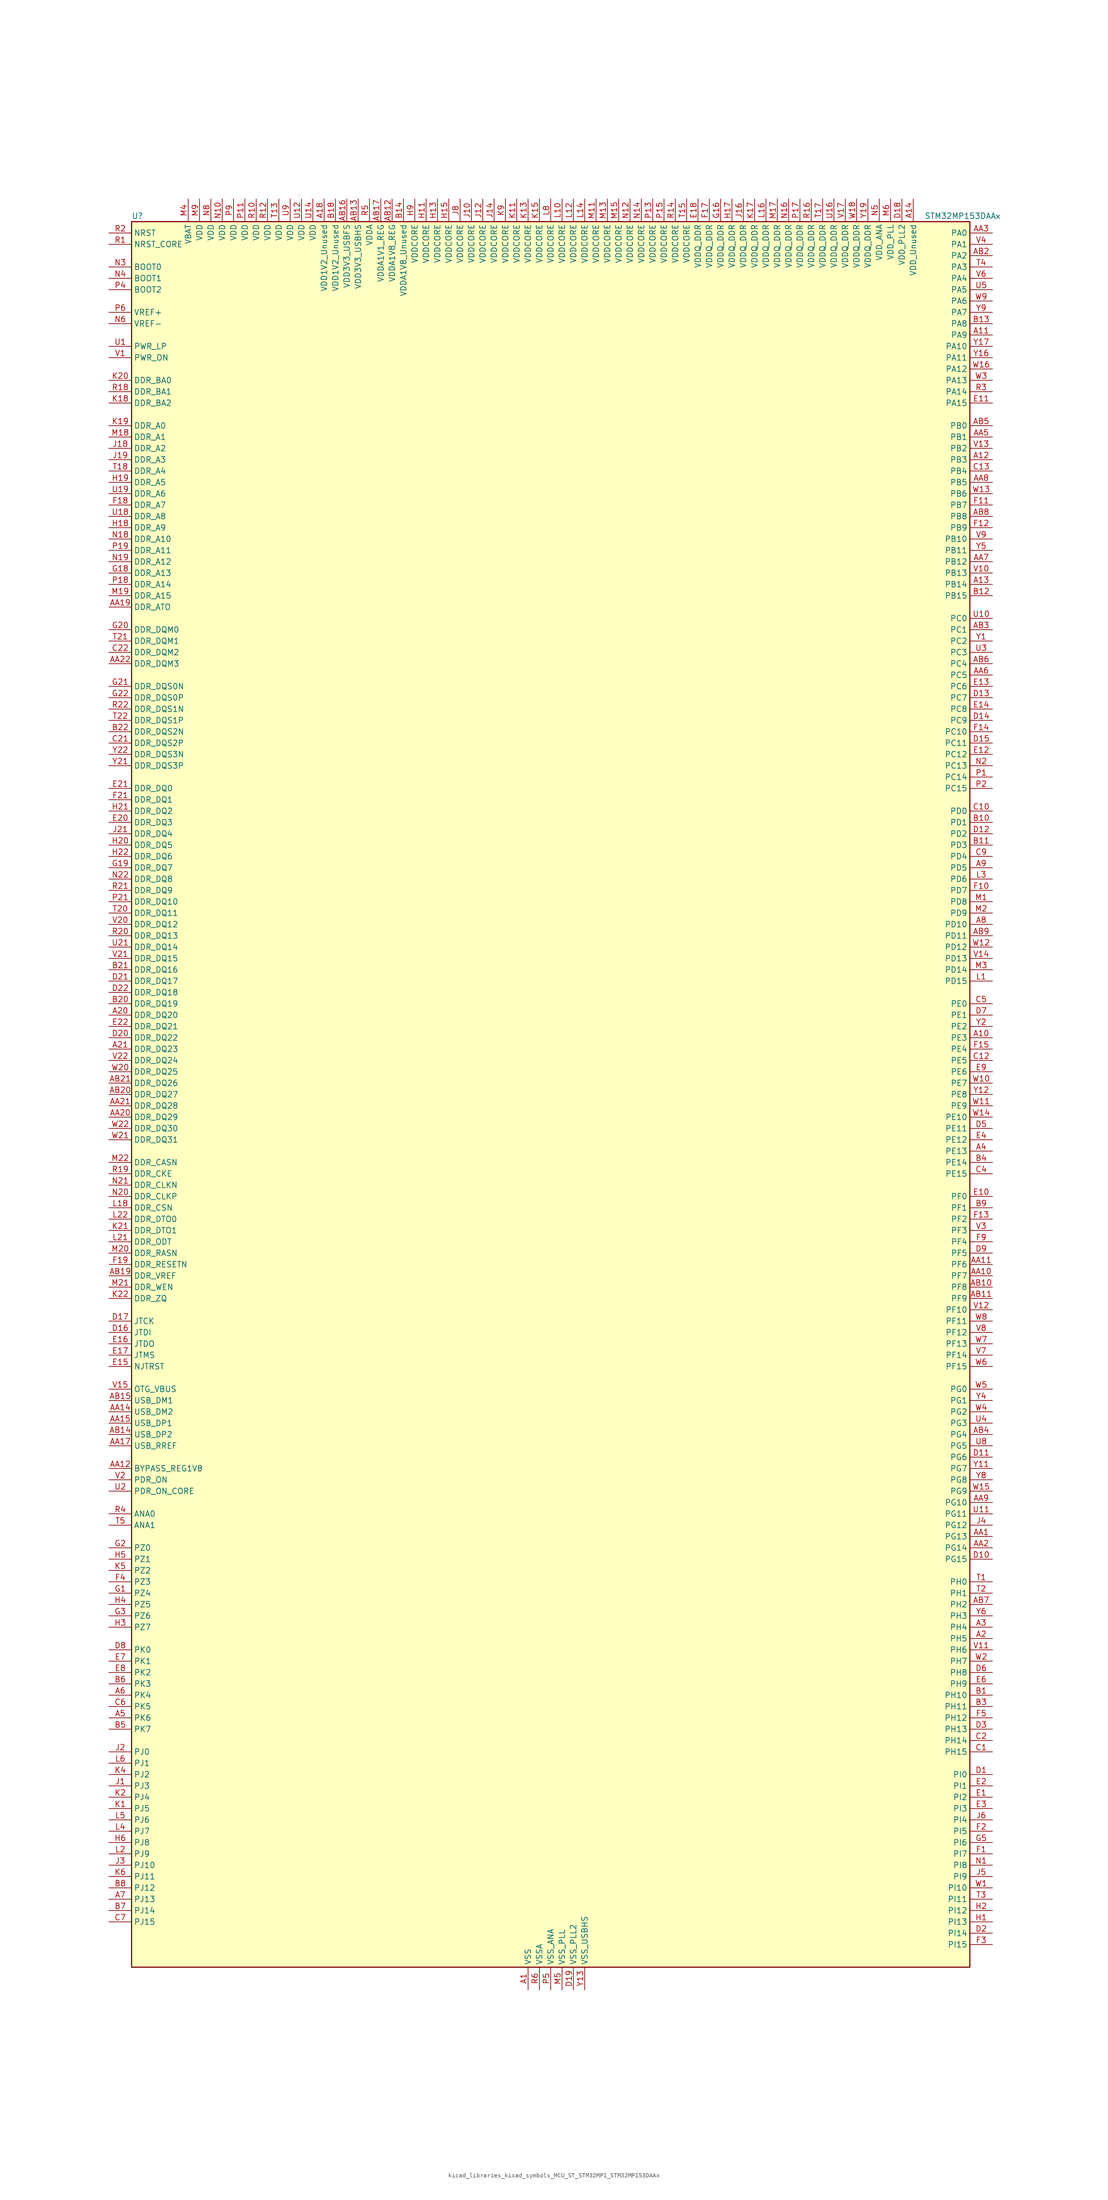
<source format=kicad_sym>
(kicad_symbol_lib
  (version 20220914)
  (generator kicad_symbol_editor)
  (symbol "kicad_libraries_kicad_symbols_MCU_ST_STM32MP1_STM32MP153DAAx"
    (property "Reference" "U"
      (at -93.98 196.85 0)
      (effects (font (size 1.27 1.27)) (justify left)))
    (property "Value" "STM32MP153DAAx"
      (at 83.82 196.85 0)
      (effects (font (size 1.27 1.27)) (justify left)))
    (property "ki_locked" ""
      (at 0 0 0)
      (effects (font (size 1.27 1.27))))
    (symbol "kicad_libraries_kicad_symbols_MCU_ST_STM32MP1_STM32MP153DAAx_0_1"
      (rectangle (start -93.98 -195.58) (end 93.98 195.58) (stroke (width 0.254) (type default)) (fill (type background))))
    (symbol "kicad_libraries_kicad_symbols_MCU_ST_STM32MP1_STM32MP153DAAx_1_1"
      (pin power_in line (at -5.08 -200.66 90) (length 5.08) (name "VSS" (effects (font (size 1.27 1.27)))) (number "A1" (effects (font (size 1.27 1.27)))))
      (pin bidirectional line (at 99.06 12.7 180) (length 5.08) (name "PE3" (effects (font (size 1.27 1.27)))) (number "A10" (effects (font (size 1.27 1.27)))) (alternate "DEBUG_TRACED0" bidirectional line) (alternate "FMC_A19" bidirectional line) (alternate "SAI1_SD_B" bidirectional line) (alternate "SDMMC2_CK" bidirectional line) (alternate "TIM15_BKIN" bidirectional line))
      (pin bidirectional line (at 99.06 170.18 180) (length 5.08) (name "PA9" (effects (font (size 1.27 1.27)))) (number "A11" (effects (font (size 1.27 1.27)))) (alternate "DAC1_EXTI9" bidirectional line) (alternate "DCMI_D0" bidirectional line) (alternate "I2C3_SMBA" bidirectional line) (alternate "I2S2_CK" bidirectional line) (alternate "LTDC_R5" bidirectional line) (alternate "SDMMC2_CDIR" bidirectional line) (alternate "SDMMC2_D5" bidirectional line) (alternate "SPI2_SCK" bidirectional line) (alternate "TIM1_CH2" bidirectional line) (alternate "USART1_TX" bidirectional line))
      (pin bidirectional line (at 99.06 142.24 180) (length 5.08) (name "PB3" (effects (font (size 1.27 1.27)))) (number "A12" (effects (font (size 1.27 1.27)))) (alternate "DEBUG_TRACED9" bidirectional line) (alternate "I2S1_CK" bidirectional line) (alternate "I2S3_CK" bidirectional line) (alternate "SAI4_CK1" bidirectional line) (alternate "SAI4_MCLK_A" bidirectional line) (alternate "SDMMC2_D2" bidirectional line) (alternate "SPI1_SCK" bidirectional line) (alternate "SPI3_SCK" bidirectional line) (alternate "SPI6_SCK" bidirectional line) (alternate "TIM2_CH2" bidirectional line) (alternate "UART7_RX" bidirectional line))
      (pin bidirectional line (at 99.06 114.3 180) (length 5.08) (name "PB14" (effects (font (size 1.27 1.27)))) (number "A13" (effects (font (size 1.27 1.27)))) (alternate "DFSDM1_DATIN2" bidirectional line) (alternate "I2S2_SDI" bidirectional line) (alternate "SDMMC2_D0" bidirectional line) (alternate "SPI2_MISO" bidirectional line) (alternate "TIM12_CH1" bidirectional line) (alternate "TIM1_CH2N" bidirectional line) (alternate "TIM8_CH2N" bidirectional line) (alternate "USART1_TX" bidirectional line) (alternate "USART3_DE" bidirectional line) (alternate "USART3_RTS" bidirectional line))
      (pin power_in line (at 81.28 200.66 270) (length 5.08) (name "VDD_Unused" (effects (font (size 1.27 1.27)))) (number "A14" (effects (font (size 1.27 1.27)))))
      (pin no_connect line (at -93.98 -195.58 0) (length 5.08) hide (name "DNU" (effects (font (size 1.27 1.27)))) (number "A15" (effects (font (size 1.27 1.27)))))
      (pin no_connect line (at -93.98 -193.04 0) (length 5.08) hide (name "DNU" (effects (font (size 1.27 1.27)))) (number "A16" (effects (font (size 1.27 1.27)))))
      (pin no_connect line (at -93.98 -190.5 0) (length 5.08) hide (name "DNU" (effects (font (size 1.27 1.27)))) (number "A17" (effects (font (size 1.27 1.27)))))
      (pin power_in line (at -50.8 200.66 270) (length 5.08) (name "VDD1V2_Unused" (effects (font (size 1.27 1.27)))) (number "A18" (effects (font (size 1.27 1.27)))))
      (pin passive line (at -5.08 -200.66 90) (length 5.08) hide (name "VSS" (effects (font (size 1.27 1.27)))) (number "A19" (effects (font (size 1.27 1.27)))))
      (pin bidirectional line (at 99.06 -121.92 180) (length 5.08) (name "PH5" (effects (font (size 1.27 1.27)))) (number "A2" (effects (font (size 1.27 1.27)))) (alternate "I2C2_SDA" bidirectional line) (alternate "SAI4_SD_B" bidirectional line) (alternate "SPI5_NSS" bidirectional line))
      (pin bidirectional line (at -99.06 17.78 0) (length 5.08) (name "DDR_DQ20" (effects (font (size 1.27 1.27)))) (number "A20" (effects (font (size 1.27 1.27)))) (alternate "DDR_DQ20" bidirectional line))
      (pin bidirectional line (at -99.06 10.16 0) (length 5.08) (name "DDR_DQ23" (effects (font (size 1.27 1.27)))) (number "A21" (effects (font (size 1.27 1.27)))) (alternate "DDR_DQ23" bidirectional line))
      (pin passive line (at -5.08 -200.66 90) (length 5.08) hide (name "VSS" (effects (font (size 1.27 1.27)))) (number "A22" (effects (font (size 1.27 1.27)))))
      (pin bidirectional line (at 99.06 -119.38 180) (length 5.08) (name "PH4" (effects (font (size 1.27 1.27)))) (number "A3" (effects (font (size 1.27 1.27)))) (alternate "I2C2_SCL" bidirectional line) (alternate "LTDC_G4" bidirectional line) (alternate "LTDC_G5" bidirectional line))
      (pin bidirectional line (at 99.06 -12.7 180) (length 5.08) (name "PE13" (effects (font (size 1.27 1.27)))) (number "A4" (effects (font (size 1.27 1.27)))) (alternate "DCMI_D6" bidirectional line) (alternate "DFSDM1_CKIN5" bidirectional line) (alternate "FMC_D10" bidirectional line) (alternate "FMC_DA10" bidirectional line) (alternate "HDP_HDP2" bidirectional line) (alternate "LTDC_DE" bidirectional line) (alternate "SAI2_FS_B" bidirectional line) (alternate "SPI4_MISO" bidirectional line) (alternate "TIM1_CH3" bidirectional line))
      (pin bidirectional line (at -99.06 -139.7 0) (length 5.08) (name "PK6" (effects (font (size 1.27 1.27)))) (number "A5" (effects (font (size 1.27 1.27)))) (alternate "DEBUG_TRACED7" bidirectional line) (alternate "HDP_HDP7" bidirectional line) (alternate "LTDC_B7" bidirectional line))
      (pin bidirectional line (at -99.06 -134.62 0) (length 5.08) (name "PK4" (effects (font (size 1.27 1.27)))) (number "A6" (effects (font (size 1.27 1.27)))) (alternate "LTDC_B5" bidirectional line))
      (pin bidirectional line (at -99.06 -180.34 0) (length 5.08) (name "PJ13" (effects (font (size 1.27 1.27)))) (number "A7" (effects (font (size 1.27 1.27)))) (alternate "LTDC_B1" bidirectional line) (alternate "LTDC_G4" bidirectional line))
      (pin bidirectional line (at 99.06 38.1 180) (length 5.08) (name "PD10" (effects (font (size 1.27 1.27)))) (number "A8" (effects (font (size 1.27 1.27)))) (alternate "DFSDM1_CKOUT" bidirectional line) (alternate "FMC_D15" bidirectional line) (alternate "FMC_DA15" bidirectional line) (alternate "I2C5_SMBA" bidirectional line) (alternate "I2S3_SDI" bidirectional line) (alternate "LTDC_B3" bidirectional line) (alternate "RTC_REFIN" bidirectional line) (alternate "SAI3_FS_B" bidirectional line) (alternate "SPI3_MISO" bidirectional line) (alternate "TIM16_BKIN" bidirectional line) (alternate "USART3_CK" bidirectional line))
      (pin bidirectional line (at 99.06 50.8 180) (length 5.08) (name "PD5" (effects (font (size 1.27 1.27)))) (number "A9" (effects (font (size 1.27 1.27)))) (alternate "FMC_NWE" bidirectional line) (alternate "SDMMC3_D2" bidirectional line) (alternate "USART2_TX" bidirectional line))
      (pin bidirectional line (at 99.06 -99.06 180) (length 5.08) (name "PG13" (effects (font (size 1.27 1.27)))) (number "AA1" (effects (font (size 1.27 1.27)))) (alternate "DEBUG_TRACED0" bidirectional line) (alternate "ETH1_TXD0" bidirectional line) (alternate "FMC_A24" bidirectional line) (alternate "LPTIM1_OUT" bidirectional line) (alternate "LTDC_R0" bidirectional line) (alternate "SAI1_CK2" bidirectional line) (alternate "SAI1_SCK_A" bidirectional line) (alternate "SAI4_CK1" bidirectional line) (alternate "SAI4_MCLK_A" bidirectional line) (alternate "SPI6_SCK" bidirectional line) (alternate "USART6_CTS" bidirectional line) (alternate "USART6_NSS" bidirectional line))
      (pin bidirectional line (at 99.06 -40.64 180) (length 5.08) (name "PF7" (effects (font (size 1.27 1.27)))) (number "AA10" (effects (font (size 1.27 1.27)))) (alternate "QUADSPI_BK1_IO2" bidirectional line) (alternate "SAI1_MCLK_B" bidirectional line) (alternate "SPI5_SCK" bidirectional line) (alternate "TIM17_CH1" bidirectional line) (alternate "UART7_TX" bidirectional line))
      (pin bidirectional line (at 99.06 -38.1 180) (length 5.08) (name "PF6" (effects (font (size 1.27 1.27)))) (number "AA11" (effects (font (size 1.27 1.27)))) (alternate "QUADSPI_BK1_IO3" bidirectional line) (alternate "SAI1_SD_B" bidirectional line) (alternate "SAI4_SCK_B" bidirectional line) (alternate "SPI5_NSS" bidirectional line) (alternate "TIM16_CH1" bidirectional line) (alternate "UART7_RX" bidirectional line))
      (pin bidirectional line (at -99.06 -83.82 0) (length 5.08) (name "BYPASS_REG1V8" (effects (font (size 1.27 1.27)))) (number "AA12" (effects (font (size 1.27 1.27)))))
      (pin passive line (at 7.62 -200.66 90) (length 5.08) hide (name "VSS_USBHS" (effects (font (size 1.27 1.27)))) (number "AA13" (effects (font (size 1.27 1.27)))))
      (pin bidirectional line (at -99.06 -71.12 0) (length 5.08) (name "USB_DM2" (effects (font (size 1.27 1.27)))) (number "AA14" (effects (font (size 1.27 1.27)))) (alternate "USBH_HS2_DM" bidirectional line) (alternate "USB_OTG_HS_DM" bidirectional line))
      (pin bidirectional line (at -99.06 -73.66 0) (length 5.08) (name "USB_DP1" (effects (font (size 1.27 1.27)))) (number "AA15" (effects (font (size 1.27 1.27)))) (alternate "USBH_HS1_DP" bidirectional line))
      (pin passive line (at 7.62 -200.66 90) (length 5.08) hide (name "VSS_USBHS" (effects (font (size 1.27 1.27)))) (number "AA16" (effects (font (size 1.27 1.27)))))
      (pin bidirectional line (at -99.06 -78.74 0) (length 5.08) (name "USB_RREF" (effects (font (size 1.27 1.27)))) (number "AA17" (effects (font (size 1.27 1.27)))))
      (pin passive line (at -5.08 -200.66 90) (length 5.08) hide (name "VSS" (effects (font (size 1.27 1.27)))) (number "AA18" (effects (font (size 1.27 1.27)))))
      (pin bidirectional line (at -99.06 109.22 0) (length 5.08) (name "DDR_ATO" (effects (font (size 1.27 1.27)))) (number "AA19" (effects (font (size 1.27 1.27)))) (alternate "DDR_ATO" bidirectional line))
      (pin bidirectional line (at 99.06 -101.6 180) (length 5.08) (name "PG14" (effects (font (size 1.27 1.27)))) (number "AA2" (effects (font (size 1.27 1.27)))) (alternate "DEBUG_TRACED1" bidirectional line) (alternate "ETH1_TXD1" bidirectional line) (alternate "FMC_A25" bidirectional line) (alternate "LPTIM1_ETR" bidirectional line) (alternate "LTDC_B0" bidirectional line) (alternate "QUADSPI_BK2_IO3" bidirectional line) (alternate "SAI4_D1" bidirectional line) (alternate "SAI4_SD_A" bidirectional line) (alternate "SPI6_MOSI" bidirectional line) (alternate "USART6_TX" bidirectional line))
      (pin bidirectional line (at -99.06 -5.08 0) (length 5.08) (name "DDR_DQ29" (effects (font (size 1.27 1.27)))) (number "AA20" (effects (font (size 1.27 1.27)))) (alternate "DDR_DQ29" bidirectional line))
      (pin bidirectional line (at -99.06 -2.54 0) (length 5.08) (name "DDR_DQ28" (effects (font (size 1.27 1.27)))) (number "AA21" (effects (font (size 1.27 1.27)))) (alternate "DDR_DQ28" bidirectional line))
      (pin bidirectional line (at -99.06 96.52 0) (length 5.08) (name "DDR_DQM3" (effects (font (size 1.27 1.27)))) (number "AA22" (effects (font (size 1.27 1.27)))) (alternate "DDR_DQM3" bidirectional line))
      (pin bidirectional line (at 99.06 193.04 180) (length 5.08) (name "PA0" (effects (font (size 1.27 1.27)))) (number "AA3" (effects (font (size 1.27 1.27)))) (alternate "ADC1_INP16" bidirectional line) (alternate "ETH1_CRS" bidirectional line) (alternate "PWR_WKUP1" bidirectional line) (alternate "SAI2_SD_B" bidirectional line) (alternate "SDMMC2_CMD" bidirectional line) (alternate "TIM15_BKIN" bidirectional line) (alternate "TIM2_CH1" bidirectional line) (alternate "TIM2_ETR" bidirectional line) (alternate "TIM5_CH1" bidirectional line) (alternate "TIM8_ETR" bidirectional line) (alternate "UART4_TX" bidirectional line) (alternate "USART2_CTS" bidirectional line) (alternate "USART2_NSS" bidirectional line))
      (pin passive line (at -5.08 -200.66 90) (length 5.08) hide (name "VSS" (effects (font (size 1.27 1.27)))) (number "AA4" (effects (font (size 1.27 1.27)))))
      (pin bidirectional line (at 99.06 147.32 180) (length 5.08) (name "PB1" (effects (font (size 1.27 1.27)))) (number "AA5" (effects (font (size 1.27 1.27)))) (alternate "ADC1_INP5" bidirectional line) (alternate "ADC2_INP5" bidirectional line) (alternate "DFSDM1_DATIN1" bidirectional line) (alternate "ETH1_RXD3" bidirectional line) (alternate "LTDC_G0" bidirectional line) (alternate "LTDC_R6" bidirectional line) (alternate "TIM1_CH3N" bidirectional line) (alternate "TIM3_CH4" bidirectional line) (alternate "TIM8_CH3N" bidirectional line))
      (pin bidirectional line (at 99.06 93.98 180) (length 5.08) (name "PC5" (effects (font (size 1.27 1.27)))) (number "AA6" (effects (font (size 1.27 1.27)))) (alternate "ADC1_INN4" bidirectional line) (alternate "ADC1_INP8" bidirectional line) (alternate "ADC2_INN4" bidirectional line) (alternate "ADC2_INP8" bidirectional line) (alternate "DFSDM1_DATIN2" bidirectional line) (alternate "ETH1_RXD1" bidirectional line) (alternate "SAI1_D3" bidirectional line) (alternate "SAI1_D4" bidirectional line) (alternate "SAI4_D3" bidirectional line) (alternate "SAI4_D4" bidirectional line) (alternate "SPDIFRX_IN3" bidirectional line))
      (pin bidirectional line (at 99.06 119.38 180) (length 5.08) (name "PB12" (effects (font (size 1.27 1.27)))) (number "AA7" (effects (font (size 1.27 1.27)))) (alternate "DFSDM1_DATIN1" bidirectional line) (alternate "ETH1_TXD0" bidirectional line) (alternate "FDCAN2_RX" bidirectional line) (alternate "I2C2_SMBA" bidirectional line) (alternate "I2C6_SMBA" bidirectional line) (alternate "I2S2_WS" bidirectional line) (alternate "SPI2_NSS" bidirectional line) (alternate "TIM1_BKIN" bidirectional line) (alternate "UART5_RX" bidirectional line) (alternate "USART3_CK" bidirectional line) (alternate "USART3_RX" bidirectional line))
      (pin bidirectional line (at 99.06 137.16 180) (length 5.08) (name "PB5" (effects (font (size 1.27 1.27)))) (number "AA8" (effects (font (size 1.27 1.27)))) (alternate "DCMI_D10" bidirectional line) (alternate "ETH1_CLK" bidirectional line) (alternate "ETH1_PPS_OUT" bidirectional line) (alternate "FDCAN2_RX" bidirectional line) (alternate "I2C1_SMBA" bidirectional line) (alternate "I2C4_SMBA" bidirectional line) (alternate "I2S1_SDO" bidirectional line) (alternate "I2S3_SDO" bidirectional line) (alternate "LTDC_G7" bidirectional line) (alternate "SAI4_D1" bidirectional line) (alternate "SAI4_SD_A" bidirectional line) (alternate "SPI1_MOSI" bidirectional line) (alternate "SPI3_MOSI" bidirectional line) (alternate "SPI6_MOSI" bidirectional line) (alternate "TIM17_BKIN" bidirectional line) (alternate "TIM3_CH2" bidirectional line) (alternate "UART5_RX" bidirectional line))
      (pin bidirectional line (at 99.06 -91.44 180) (length 5.08) (name "PG10" (effects (font (size 1.27 1.27)))) (number "AA9" (effects (font (size 1.27 1.27)))) (alternate "DCMI_D2" bidirectional line) (alternate "DEBUG_TRACED10" bidirectional line) (alternate "FMC_NE3" bidirectional line) (alternate "LTDC_B2" bidirectional line) (alternate "LTDC_G3" bidirectional line) (alternate "QUADSPI_BK2_IO2" bidirectional line) (alternate "SAI2_SD_B" bidirectional line) (alternate "UART8_CTS" bidirectional line))
      (pin passive line (at -5.08 -200.66 90) (length 5.08) hide (name "VSS" (effects (font (size 1.27 1.27)))) (number "AB1" (effects (font (size 1.27 1.27)))))
      (pin bidirectional line (at 99.06 -43.18 180) (length 5.08) (name "PF8" (effects (font (size 1.27 1.27)))) (number "AB10" (effects (font (size 1.27 1.27)))) (alternate "DEBUG_TRACED12" bidirectional line) (alternate "QUADSPI_BK1_IO0" bidirectional line) (alternate "SAI1_SCK_B" bidirectional line) (alternate "SPI5_MISO" bidirectional line) (alternate "TIM13_CH1" bidirectional line) (alternate "TIM16_CH1N" bidirectional line) (alternate "UART7_DE" bidirectional line) (alternate "UART7_RTS" bidirectional line))
      (pin bidirectional line (at 99.06 -45.72 180) (length 5.08) (name "PF9" (effects (font (size 1.27 1.27)))) (number "AB11" (effects (font (size 1.27 1.27)))) (alternate "DAC1_EXTI9" bidirectional line) (alternate "DEBUG_TRACED13" bidirectional line) (alternate "QUADSPI_BK1_IO1" bidirectional line) (alternate "SAI1_FS_B" bidirectional line) (alternate "SPI5_MOSI" bidirectional line) (alternate "TIM14_CH1" bidirectional line) (alternate "TIM17_CH1N" bidirectional line) (alternate "UART7_CTS" bidirectional line))
      (pin power_in line (at -35.56 200.66 270) (length 5.08) (name "VDDA1V8_REG" (effects (font (size 1.27 1.27)))) (number "AB12" (effects (font (size 1.27 1.27)))))
      (pin power_in line (at -43.18 200.66 270) (length 5.08) (name "VDD3V3_USBHS" (effects (font (size 1.27 1.27)))) (number "AB13" (effects (font (size 1.27 1.27)))))
      (pin bidirectional line (at -99.06 -76.2 0) (length 5.08) (name "USB_DP2" (effects (font (size 1.27 1.27)))) (number "AB14" (effects (font (size 1.27 1.27)))) (alternate "USBH_HS2_DP" bidirectional line) (alternate "USB_OTG_HS_DP" bidirectional line))
      (pin bidirectional line (at -99.06 -68.58 0) (length 5.08) (name "USB_DM1" (effects (font (size 1.27 1.27)))) (number "AB15" (effects (font (size 1.27 1.27)))) (alternate "USBH_HS1_DM" bidirectional line))
      (pin power_in line (at -45.72 200.66 270) (length 5.08) (name "VDD3V3_USBFS" (effects (font (size 1.27 1.27)))) (number "AB16" (effects (font (size 1.27 1.27)))))
      (pin power_in line (at -38.1 200.66 270) (length 5.08) (name "VDDA1V1_REG" (effects (font (size 1.27 1.27)))) (number "AB17" (effects (font (size 1.27 1.27)))))
      (pin passive line (at -5.08 -200.66 90) (length 5.08) hide (name "VSS" (effects (font (size 1.27 1.27)))) (number "AB18" (effects (font (size 1.27 1.27)))))
      (pin bidirectional line (at -99.06 -40.64 0) (length 5.08) (name "DDR_VREF" (effects (font (size 1.27 1.27)))) (number "AB19" (effects (font (size 1.27 1.27)))) (alternate "DDR_VREF" bidirectional line))
      (pin bidirectional line (at 99.06 187.96 180) (length 5.08) (name "PA2" (effects (font (size 1.27 1.27)))) (number "AB2" (effects (font (size 1.27 1.27)))) (alternate "ADC1_INP14" bidirectional line) (alternate "ETH1_MDIO" bidirectional line) (alternate "LPTIM4_OUT" bidirectional line) (alternate "LTDC_R1" bidirectional line) (alternate "PWR_WKUP2" bidirectional line) (alternate "SAI2_SCK_B" bidirectional line) (alternate "SDMMC2_D0DIR" bidirectional line) (alternate "TIM15_CH1" bidirectional line) (alternate "TIM2_CH3" bidirectional line) (alternate "TIM5_CH3" bidirectional line) (alternate "USART2_TX" bidirectional line))
      (pin bidirectional line (at -99.06 0 0) (length 5.08) (name "DDR_DQ27" (effects (font (size 1.27 1.27)))) (number "AB20" (effects (font (size 1.27 1.27)))) (alternate "DDR_DQ27" bidirectional line))
      (pin bidirectional line (at -99.06 2.54 0) (length 5.08) (name "DDR_DQ26" (effects (font (size 1.27 1.27)))) (number "AB21" (effects (font (size 1.27 1.27)))) (alternate "DDR_DQ26" bidirectional line))
      (pin passive line (at -5.08 -200.66 90) (length 5.08) hide (name "VSS" (effects (font (size 1.27 1.27)))) (number "AB22" (effects (font (size 1.27 1.27)))))
      (pin bidirectional line (at 99.06 104.14 180) (length 5.08) (name "PC1" (effects (font (size 1.27 1.27)))) (number "AB3" (effects (font (size 1.27 1.27)))) (alternate "ADC1_INN10" bidirectional line) (alternate "ADC1_INP11" bidirectional line) (alternate "ADC2_INN10" bidirectional line) (alternate "ADC2_INP11" bidirectional line) (alternate "DEBUG_TRACED0" bidirectional line) (alternate "DFSDM1_CKIN4" bidirectional line) (alternate "DFSDM1_DATIN0" bidirectional line) (alternate "ETH1_MDC" bidirectional line) (alternate "I2S2_SDO" bidirectional line) (alternate "PWR_WKUP6" bidirectional line) (alternate "SAI1_D1" bidirectional line) (alternate "SAI1_SD_A" bidirectional line) (alternate "SDMMC2_CK" bidirectional line) (alternate "SPI2_MOSI" bidirectional line) (alternate "TAMP_IN3" bidirectional line))
      (pin bidirectional line (at 99.06 -76.2 180) (length 5.08) (name "PG4" (effects (font (size 1.27 1.27)))) (number "AB4" (effects (font (size 1.27 1.27)))) (alternate "ETH1_GTX_CLK" bidirectional line) (alternate "FMC_A14" bidirectional line) (alternate "TIM1_BKIN2" bidirectional line))
      (pin bidirectional line (at 99.06 149.86 180) (length 5.08) (name "PB0" (effects (font (size 1.27 1.27)))) (number "AB5" (effects (font (size 1.27 1.27)))) (alternate "ADC1_INN5" bidirectional line) (alternate "ADC1_INP9" bidirectional line) (alternate "ADC2_INN5" bidirectional line) (alternate "ADC2_INP9" bidirectional line) (alternate "DFSDM1_CKOUT" bidirectional line) (alternate "ETH1_RXD2" bidirectional line) (alternate "LTDC_G1" bidirectional line) (alternate "LTDC_R3" bidirectional line) (alternate "TIM1_CH2N" bidirectional line) (alternate "TIM3_CH3" bidirectional line) (alternate "TIM8_CH2N" bidirectional line) (alternate "UART4_CTS" bidirectional line))
      (pin bidirectional line (at 99.06 96.52 180) (length 5.08) (name "PC4" (effects (font (size 1.27 1.27)))) (number "AB6" (effects (font (size 1.27 1.27)))) (alternate "ADC1_INP4" bidirectional line) (alternate "ADC2_INP4" bidirectional line) (alternate "DFSDM1_CKIN2" bidirectional line) (alternate "ETH1_RXD0" bidirectional line) (alternate "I2S1_MCK" bidirectional line) (alternate "SPDIFRX_IN2" bidirectional line))
      (pin bidirectional line (at 99.06 -114.3 180) (length 5.08) (name "PH2" (effects (font (size 1.27 1.27)))) (number "AB7" (effects (font (size 1.27 1.27)))) (alternate "ETH1_CRS" bidirectional line) (alternate "LPTIM1_IN2" bidirectional line) (alternate "LTDC_R0" bidirectional line) (alternate "QUADSPI_BK2_IO0" bidirectional line) (alternate "SAI2_SCK_B" bidirectional line))
      (pin bidirectional line (at 99.06 129.54 180) (length 5.08) (name "PB8" (effects (font (size 1.27 1.27)))) (number "AB8" (effects (font (size 1.27 1.27)))) (alternate "DCMI_D6" bidirectional line) (alternate "DFSDM1_CKIN7" bidirectional line) (alternate "ETH1_TXD3" bidirectional line) (alternate "FDCAN1_RX" bidirectional line) (alternate "HDP_HDP6" bidirectional line) (alternate "I2C1_SCL" bidirectional line) (alternate "I2C4_SCL" bidirectional line) (alternate "LTDC_B6" bidirectional line) (alternate "SDMMC1_CKIN" bidirectional line) (alternate "SDMMC1_D4" bidirectional line) (alternate "SDMMC2_CKIN" bidirectional line) (alternate "SDMMC2_D4" bidirectional line) (alternate "TIM16_CH1" bidirectional line) (alternate "TIM4_CH3" bidirectional line) (alternate "UART4_RX" bidirectional line))
      (pin bidirectional line (at 99.06 35.56 180) (length 5.08) (name "PD11" (effects (font (size 1.27 1.27)))) (number "AB9" (effects (font (size 1.27 1.27)))) (alternate "ADC1_EXTI11" bidirectional line) (alternate "ADC2_EXTI11" bidirectional line) (alternate "FMC_A16" bidirectional line) (alternate "FMC_CLE" bidirectional line) (alternate "I2C1_SMBA" bidirectional line) (alternate "I2C4_SMBA" bidirectional line) (alternate "LPTIM2_IN2" bidirectional line) (alternate "QUADSPI_BK1_IO0" bidirectional line) (alternate "SAI2_SD_A" bidirectional line) (alternate "USART3_CTS" bidirectional line) (alternate "USART3_NSS" bidirectional line))
      (pin bidirectional line (at 99.06 -134.62 180) (length 5.08) (name "PH10" (effects (font (size 1.27 1.27)))) (number "B1" (effects (font (size 1.27 1.27)))) (alternate "DCMI_D1" bidirectional line) (alternate "I2C1_SMBA" bidirectional line) (alternate "I2C4_SMBA" bidirectional line) (alternate "LTDC_R4" bidirectional line) (alternate "TIM5_CH1" bidirectional line))
      (pin bidirectional line (at 99.06 60.96 180) (length 5.08) (name "PD1" (effects (font (size 1.27 1.27)))) (number "B10" (effects (font (size 1.27 1.27)))) (alternate "DFSDM1_CKIN7" bidirectional line) (alternate "DFSDM1_DATIN6" bidirectional line) (alternate "FDCAN1_TX" bidirectional line) (alternate "FMC_D3" bidirectional line) (alternate "FMC_DA3" bidirectional line) (alternate "I2C5_SCL" bidirectional line) (alternate "I2C6_SCL" bidirectional line) (alternate "SAI3_SD_A" bidirectional line) (alternate "SDMMC3_D0" bidirectional line) (alternate "UART4_TX" bidirectional line))
      (pin bidirectional line (at 99.06 55.88 180) (length 5.08) (name "PD3" (effects (font (size 1.27 1.27)))) (number "B11" (effects (font (size 1.27 1.27)))) (alternate "DCMI_D5" bidirectional line) (alternate "DFSDM1_CKOUT" bidirectional line) (alternate "DFSDM1_DATIN0" bidirectional line) (alternate "FMC_CLK" bidirectional line) (alternate "HDP_HDP5" bidirectional line) (alternate "I2S2_CK" bidirectional line) (alternate "LTDC_G7" bidirectional line) (alternate "SDMMC1_D123DIR" bidirectional line) (alternate "SDMMC1_D7" bidirectional line) (alternate "SDMMC2_D123DIR" bidirectional line) (alternate "SDMMC2_D7" bidirectional line) (alternate "SPI2_SCK" bidirectional line) (alternate "USART2_CTS" bidirectional line) (alternate "USART2_NSS" bidirectional line))
      (pin bidirectional line (at 99.06 111.76 180) (length 5.08) (name "PB15" (effects (font (size 1.27 1.27)))) (number "B12" (effects (font (size 1.27 1.27)))) (alternate "ADC1_EXTI15" bidirectional line) (alternate "ADC2_EXTI15" bidirectional line) (alternate "DFSDM1_CKIN2" bidirectional line) (alternate "I2S2_SDO" bidirectional line) (alternate "RTC_REFIN" bidirectional line) (alternate "SDMMC2_D1" bidirectional line) (alternate "SPI2_MOSI" bidirectional line) (alternate "TIM12_CH2" bidirectional line) (alternate "TIM1_CH3N" bidirectional line) (alternate "TIM8_CH3N" bidirectional line) (alternate "USART1_RX" bidirectional line))
      (pin bidirectional line (at 99.06 172.72 180) (length 5.08) (name "PA8" (effects (font (size 1.27 1.27)))) (number "B13" (effects (font (size 1.27 1.27)))) (alternate "I2C3_SCL" bidirectional line) (alternate "I2S3_SDO" bidirectional line) (alternate "LTDC_R6" bidirectional line) (alternate "RCC_MCO_1" bidirectional line) (alternate "SAI4_SD_B" bidirectional line) (alternate "SDMMC2_CKIN" bidirectional line) (alternate "SDMMC2_D4" bidirectional line) (alternate "SPI3_MOSI" bidirectional line) (alternate "TIM1_CH1" bidirectional line) (alternate "TIM8_BKIN2" bidirectional line) (alternate "UART7_RX" bidirectional line) (alternate "USART1_CK" bidirectional line) (alternate "USB_OTG_HS_SOF" bidirectional line))
      (pin power_in line (at -33.02 200.66 270) (length 5.08) (name "VDDA1V8_Unused" (effects (font (size 1.27 1.27)))) (number "B14" (effects (font (size 1.27 1.27)))))
      (pin no_connect line (at -93.98 -187.96 0) (length 5.08) hide (name "DNU" (effects (font (size 1.27 1.27)))) (number "B15" (effects (font (size 1.27 1.27)))))
      (pin no_connect line (at -93.98 -185.42 0) (length 5.08) hide (name "DNU" (effects (font (size 1.27 1.27)))) (number "B16" (effects (font (size 1.27 1.27)))))
      (pin no_connect line (at -93.98 -182.88 0) (length 5.08) hide (name "DNU" (effects (font (size 1.27 1.27)))) (number "B17" (effects (font (size 1.27 1.27)))))
      (pin power_in line (at -48.26 200.66 270) (length 5.08) (name "VDD1V2_Unused" (effects (font (size 1.27 1.27)))) (number "B18" (effects (font (size 1.27 1.27)))))
      (pin passive line (at -5.08 -200.66 90) (length 5.08) hide (name "VSS" (effects (font (size 1.27 1.27)))) (number "B19" (effects (font (size 1.27 1.27)))))
      (pin passive line (at -5.08 -200.66 90) (length 5.08) hide (name "VSS" (effects (font (size 1.27 1.27)))) (number "B2" (effects (font (size 1.27 1.27)))))
      (pin bidirectional line (at -99.06 20.32 0) (length 5.08) (name "DDR_DQ19" (effects (font (size 1.27 1.27)))) (number "B20" (effects (font (size 1.27 1.27)))) (alternate "DDR_DQ19" bidirectional line))
      (pin bidirectional line (at -99.06 27.94 0) (length 5.08) (name "DDR_DQ16" (effects (font (size 1.27 1.27)))) (number "B21" (effects (font (size 1.27 1.27)))) (alternate "DDR_DQ16" bidirectional line))
      (pin bidirectional line (at -99.06 81.28 0) (length 5.08) (name "DDR_DQS2N" (effects (font (size 1.27 1.27)))) (number "B22" (effects (font (size 1.27 1.27)))) (alternate "DDR_DQS2N" bidirectional line))
      (pin bidirectional line (at 99.06 -137.16 180) (length 5.08) (name "PH11" (effects (font (size 1.27 1.27)))) (number "B3" (effects (font (size 1.27 1.27)))) (alternate "ADC1_EXTI11" bidirectional line) (alternate "ADC2_EXTI11" bidirectional line) (alternate "DCMI_D2" bidirectional line) (alternate "I2C1_SCL" bidirectional line) (alternate "I2C4_SCL" bidirectional line) (alternate "LTDC_R5" bidirectional line) (alternate "TIM5_CH2" bidirectional line))
      (pin bidirectional line (at 99.06 -15.24 180) (length 5.08) (name "PE14" (effects (font (size 1.27 1.27)))) (number "B4" (effects (font (size 1.27 1.27)))) (alternate "FMC_D11" bidirectional line) (alternate "FMC_DA11" bidirectional line) (alternate "LTDC_CLK" bidirectional line) (alternate "LTDC_G0" bidirectional line) (alternate "SAI2_MCLK_B" bidirectional line) (alternate "SDMMC1_D123DIR" bidirectional line) (alternate "SPI4_MOSI" bidirectional line) (alternate "TIM1_CH4" bidirectional line) (alternate "UART8_DE" bidirectional line) (alternate "UART8_RTS" bidirectional line))
      (pin bidirectional line (at -99.06 -142.24 0) (length 5.08) (name "PK7" (effects (font (size 1.27 1.27)))) (number "B5" (effects (font (size 1.27 1.27)))) (alternate "LTDC_DE" bidirectional line))
      (pin bidirectional line (at -99.06 -132.08 0) (length 5.08) (name "PK3" (effects (font (size 1.27 1.27)))) (number "B6" (effects (font (size 1.27 1.27)))) (alternate "LTDC_B4" bidirectional line))
      (pin bidirectional line (at -99.06 -182.88 0) (length 5.08) (name "PJ14" (effects (font (size 1.27 1.27)))) (number "B7" (effects (font (size 1.27 1.27)))) (alternate "LTDC_B2" bidirectional line))
      (pin bidirectional line (at -99.06 -177.8 0) (length 5.08) (name "PJ12" (effects (font (size 1.27 1.27)))) (number "B8" (effects (font (size 1.27 1.27)))) (alternate "LTDC_B0" bidirectional line) (alternate "LTDC_G3" bidirectional line))
      (pin bidirectional line (at 99.06 -25.4 180) (length 5.08) (name "PF1" (effects (font (size 1.27 1.27)))) (number "B9" (effects (font (size 1.27 1.27)))) (alternate "FMC_A1" bidirectional line) (alternate "I2C2_SCL" bidirectional line) (alternate "SDMMC3_CDIR" bidirectional line) (alternate "SDMMC3_CMD" bidirectional line))
      (pin bidirectional line (at 99.06 -147.32 180) (length 5.08) (name "PH15" (effects (font (size 1.27 1.27)))) (number "C1" (effects (font (size 1.27 1.27)))) (alternate "ADC1_EXTI15" bidirectional line) (alternate "ADC2_EXTI15" bidirectional line) (alternate "DCMI_D11" bidirectional line) (alternate "LTDC_G4" bidirectional line) (alternate "TIM8_CH3N" bidirectional line))
      (pin bidirectional line (at 99.06 63.5 180) (length 5.08) (name "PD0" (effects (font (size 1.27 1.27)))) (number "C10" (effects (font (size 1.27 1.27)))) (alternate "DFSDM1_CKIN6" bidirectional line) (alternate "DFSDM1_DATIN7" bidirectional line) (alternate "FDCAN1_RX" bidirectional line) (alternate "FMC_D2" bidirectional line) (alternate "FMC_DA2" bidirectional line) (alternate "I2C5_SDA" bidirectional line) (alternate "I2C6_SDA" bidirectional line) (alternate "SAI3_SCK_A" bidirectional line) (alternate "SDMMC3_CMD" bidirectional line) (alternate "UART4_RX" bidirectional line))
      (pin passive line (at -5.08 -200.66 90) (length 5.08) hide (name "VSS" (effects (font (size 1.27 1.27)))) (number "C11" (effects (font (size 1.27 1.27)))))
      (pin bidirectional line (at 99.06 7.62 180) (length 5.08) (name "PE5" (effects (font (size 1.27 1.27)))) (number "C12" (effects (font (size 1.27 1.27)))) (alternate "DCMI_D6" bidirectional line) (alternate "DEBUG_TRACED3" bidirectional line) (alternate "DFSDM1_CKIN3" bidirectional line) (alternate "FMC_A21" bidirectional line) (alternate "LTDC_G0" bidirectional line) (alternate "SAI1_CK2" bidirectional line) (alternate "SAI1_SCK_A" bidirectional line) (alternate "SDMMC1_D0DIR" bidirectional line) (alternate "SDMMC1_D6" bidirectional line) (alternate "SDMMC2_D0DIR" bidirectional line) (alternate "SDMMC2_D6" bidirectional line) (alternate "SPI4_MISO" bidirectional line) (alternate "TIM15_CH1" bidirectional line))
      (pin bidirectional line (at 99.06 139.7 180) (length 5.08) (name "PB4" (effects (font (size 1.27 1.27)))) (number "C13" (effects (font (size 1.27 1.27)))) (alternate "DEBUG_TRACED8" bidirectional line) (alternate "I2S1_SDI" bidirectional line) (alternate "I2S2_WS" bidirectional line) (alternate "I2S3_SDI" bidirectional line) (alternate "SAI4_CK2" bidirectional line) (alternate "SAI4_SCK_A" bidirectional line) (alternate "SDMMC2_D3" bidirectional line) (alternate "SPI1_MISO" bidirectional line) (alternate "SPI2_NSS" bidirectional line) (alternate "SPI3_MISO" bidirectional line) (alternate "SPI6_MISO" bidirectional line) (alternate "TIM16_BKIN" bidirectional line) (alternate "TIM3_CH1" bidirectional line) (alternate "UART7_TX" bidirectional line))
      (pin passive line (at -5.08 -200.66 90) (length 5.08) hide (name "VSS" (effects (font (size 1.27 1.27)))) (number "C14" (effects (font (size 1.27 1.27)))))
      (pin passive line (at -5.08 -200.66 90) (length 5.08) hide (name "VSS" (effects (font (size 1.27 1.27)))) (number "C15" (effects (font (size 1.27 1.27)))))
      (pin passive line (at -5.08 -200.66 90) (length 5.08) hide (name "VSS" (effects (font (size 1.27 1.27)))) (number "C16" (effects (font (size 1.27 1.27)))))
      (pin passive line (at -5.08 -200.66 90) (length 5.08) hide (name "VSS" (effects (font (size 1.27 1.27)))) (number "C17" (effects (font (size 1.27 1.27)))))
      (pin passive line (at -5.08 -200.66 90) (length 5.08) hide (name "VSS" (effects (font (size 1.27 1.27)))) (number "C18" (effects (font (size 1.27 1.27)))))
      (pin passive line (at -5.08 -200.66 90) (length 5.08) hide (name "VSS" (effects (font (size 1.27 1.27)))) (number "C19" (effects (font (size 1.27 1.27)))))
      (pin bidirectional line (at 99.06 -144.78 180) (length 5.08) (name "PH14" (effects (font (size 1.27 1.27)))) (number "C2" (effects (font (size 1.27 1.27)))) (alternate "DCMI_D4" bidirectional line) (alternate "FDCAN1_RX" bidirectional line) (alternate "LTDC_G3" bidirectional line) (alternate "TIM8_CH2N" bidirectional line) (alternate "UART4_RX" bidirectional line))
      (pin passive line (at -5.08 -200.66 90) (length 5.08) hide (name "VSS" (effects (font (size 1.27 1.27)))) (number "C20" (effects (font (size 1.27 1.27)))))
      (pin bidirectional line (at -99.06 78.74 0) (length 5.08) (name "DDR_DQS2P" (effects (font (size 1.27 1.27)))) (number "C21" (effects (font (size 1.27 1.27)))) (alternate "DDR_DQS2P" bidirectional line))
      (pin bidirectional line (at -99.06 99.06 0) (length 5.08) (name "DDR_DQM2" (effects (font (size 1.27 1.27)))) (number "C22" (effects (font (size 1.27 1.27)))) (alternate "DDR_DQM2" bidirectional line))
      (pin passive line (at -5.08 -200.66 90) (length 5.08) hide (name "VSS" (effects (font (size 1.27 1.27)))) (number "C3" (effects (font (size 1.27 1.27)))))
      (pin bidirectional line (at 99.06 -17.78 180) (length 5.08) (name "PE15" (effects (font (size 1.27 1.27)))) (number "C4" (effects (font (size 1.27 1.27)))) (alternate "ADC1_EXTI15" bidirectional line) (alternate "ADC2_EXTI15" bidirectional line) (alternate "FMC_D12" bidirectional line) (alternate "FMC_DA12" bidirectional line) (alternate "FMC_NCE2" bidirectional line) (alternate "HDP_HDP3" bidirectional line) (alternate "LTDC_R7" bidirectional line) (alternate "TIM15_BKIN" bidirectional line) (alternate "TIM1_BKIN" bidirectional line) (alternate "UART8_CTS" bidirectional line) (alternate "USART2_CTS" bidirectional line) (alternate "USART2_NSS" bidirectional line))
      (pin bidirectional line (at 99.06 20.32 180) (length 5.08) (name "PE0" (effects (font (size 1.27 1.27)))) (number "C5" (effects (font (size 1.27 1.27)))) (alternate "DCMI_D2" bidirectional line) (alternate "FMC_NBL0" bidirectional line) (alternate "I2S3_CK" bidirectional line) (alternate "LPTIM1_ETR" bidirectional line) (alternate "LPTIM2_ETR" bidirectional line) (alternate "SAI2_MCLK_A" bidirectional line) (alternate "SAI4_MCLK_B" bidirectional line) (alternate "SPI3_SCK" bidirectional line) (alternate "TIM4_ETR" bidirectional line) (alternate "UART8_RX" bidirectional line))
      (pin bidirectional line (at -99.06 -137.16 0) (length 5.08) (name "PK5" (effects (font (size 1.27 1.27)))) (number "C6" (effects (font (size 1.27 1.27)))) (alternate "DEBUG_TRACED6" bidirectional line) (alternate "HDP_HDP6" bidirectional line) (alternate "LTDC_B6" bidirectional line))
      (pin bidirectional line (at -99.06 -185.42 0) (length 5.08) (name "PJ15" (effects (font (size 1.27 1.27)))) (number "C7" (effects (font (size 1.27 1.27)))) (alternate "ADC1_EXTI15" bidirectional line) (alternate "ADC2_EXTI15" bidirectional line) (alternate "LTDC_B3" bidirectional line))
      (pin passive line (at -5.08 -200.66 90) (length 5.08) hide (name "VSS" (effects (font (size 1.27 1.27)))) (number "C8" (effects (font (size 1.27 1.27)))))
      (pin bidirectional line (at 99.06 53.34 180) (length 5.08) (name "PD4" (effects (font (size 1.27 1.27)))) (number "C9" (effects (font (size 1.27 1.27)))) (alternate "DFSDM1_CKIN0" bidirectional line) (alternate "FMC_NOE" bidirectional line) (alternate "SAI3_FS_A" bidirectional line) (alternate "SDMMC3_D1" bidirectional line) (alternate "USART2_DE" bidirectional line) (alternate "USART2_RTS" bidirectional line))
      (pin bidirectional line (at 99.06 -152.4 180) (length 5.08) (name "PI0" (effects (font (size 1.27 1.27)))) (number "D1" (effects (font (size 1.27 1.27)))) (alternate "DCMI_D13" bidirectional line) (alternate "I2S2_WS" bidirectional line) (alternate "LTDC_G5" bidirectional line) (alternate "SPI2_NSS" bidirectional line) (alternate "TIM5_CH4" bidirectional line))
      (pin bidirectional line (at 99.06 -104.14 180) (length 5.08) (name "PG15" (effects (font (size 1.27 1.27)))) (number "D10" (effects (font (size 1.27 1.27)))) (alternate "ADC1_EXTI15" bidirectional line) (alternate "ADC2_EXTI15" bidirectional line) (alternate "DCMI_D13" bidirectional line) (alternate "DEBUG_TRACED7" bidirectional line) (alternate "I2C2_SDA" bidirectional line) (alternate "SAI1_D2" bidirectional line) (alternate "SAI1_FS_A" bidirectional line) (alternate "SDMMC3_CK" bidirectional line) (alternate "USART6_CTS" bidirectional line) (alternate "USART6_NSS" bidirectional line))
      (pin bidirectional line (at 99.06 -81.28 180) (length 5.08) (name "PG6" (effects (font (size 1.27 1.27)))) (number "D11" (effects (font (size 1.27 1.27)))) (alternate "DCMI_D12" bidirectional line) (alternate "DEBUG_TRACED14" bidirectional line) (alternate "LTDC_R7" bidirectional line) (alternate "SDMMC2_CMD" bidirectional line) (alternate "TIM17_BKIN" bidirectional line))
      (pin bidirectional line (at 99.06 58.42 180) (length 5.08) (name "PD2" (effects (font (size 1.27 1.27)))) (number "D12" (effects (font (size 1.27 1.27)))) (alternate "DCMI_D11" bidirectional line) (alternate "I2C5_SMBA" bidirectional line) (alternate "SDMMC1_CMD" bidirectional line) (alternate "TIM3_ETR" bidirectional line) (alternate "UART4_RX" bidirectional line) (alternate "UART5_RX" bidirectional line))
      (pin bidirectional line (at 99.06 88.9 180) (length 5.08) (name "PC7" (effects (font (size 1.27 1.27)))) (number "D13" (effects (font (size 1.27 1.27)))) (alternate "DCMI_D1" bidirectional line) (alternate "DFSDM1_DATIN3" bidirectional line) (alternate "HDP_HDP4" bidirectional line) (alternate "I2S3_MCK" bidirectional line) (alternate "LTDC_G6" bidirectional line) (alternate "SDMMC1_D123DIR" bidirectional line) (alternate "SDMMC1_D7" bidirectional line) (alternate "SDMMC2_D123DIR" bidirectional line) (alternate "SDMMC2_D7" bidirectional line) (alternate "TIM3_CH2" bidirectional line) (alternate "TIM8_CH2" bidirectional line) (alternate "USART6_RX" bidirectional line))
      (pin bidirectional line (at 99.06 83.82 180) (length 5.08) (name "PC9" (effects (font (size 1.27 1.27)))) (number "D14" (effects (font (size 1.27 1.27)))) (alternate "DAC1_EXTI9" bidirectional line) (alternate "DCMI_D3" bidirectional line) (alternate "DEBUG_TRACED1" bidirectional line) (alternate "I2C3_SDA" bidirectional line) (alternate "I2S_CKIN" bidirectional line) (alternate "LTDC_B2" bidirectional line) (alternate "QUADSPI_BK1_IO0" bidirectional line) (alternate "SDMMC1_D1" bidirectional line) (alternate "TIM3_CH4" bidirectional line) (alternate "TIM8_CH4" bidirectional line) (alternate "UART5_CTS" bidirectional line))
      (pin bidirectional line (at 99.06 78.74 180) (length 5.08) (name "PC11" (effects (font (size 1.27 1.27)))) (number "D15" (effects (font (size 1.27 1.27)))) (alternate "ADC1_EXTI11" bidirectional line) (alternate "ADC2_EXTI11" bidirectional line) (alternate "DCMI_D4" bidirectional line) (alternate "DEBUG_TRACED3" bidirectional line) (alternate "DFSDM1_DATIN5" bidirectional line) (alternate "I2S3_SDI" bidirectional line) (alternate "QUADSPI_BK2_NCS" bidirectional line) (alternate "SAI4_SCK_B" bidirectional line) (alternate "SDMMC1_D3" bidirectional line) (alternate "SPI3_MISO" bidirectional line) (alternate "UART4_RX" bidirectional line) (alternate "USART3_RX" bidirectional line))
      (pin bidirectional line (at -99.06 -53.34 0) (length 5.08) (name "JTDI" (effects (font (size 1.27 1.27)))) (number "D16" (effects (font (size 1.27 1.27)))) (alternate "DEBUG_JTDI" bidirectional line))
      (pin bidirectional line (at -99.06 -50.8 0) (length 5.08) (name "JTCK" (effects (font (size 1.27 1.27)))) (number "D17" (effects (font (size 1.27 1.27)))) (alternate "DEBUG_JTCK-SWCLK" bidirectional line))
      (pin power_in line (at 78.74 200.66 270) (length 5.08) (name "VDD_PLL2" (effects (font (size 1.27 1.27)))) (number "D18" (effects (font (size 1.27 1.27)))))
      (pin power_in line (at 5.08 -200.66 90) (length 5.08) (name "VSS_PLL2" (effects (font (size 1.27 1.27)))) (number "D19" (effects (font (size 1.27 1.27)))))
      (pin bidirectional line (at 99.06 -187.96 180) (length 5.08) (name "PI14" (effects (font (size 1.27 1.27)))) (number "D2" (effects (font (size 1.27 1.27)))) (alternate "DEBUG_TRACECLK" bidirectional line) (alternate "LTDC_CLK" bidirectional line))
      (pin bidirectional line (at -99.06 12.7 0) (length 5.08) (name "DDR_DQ22" (effects (font (size 1.27 1.27)))) (number "D20" (effects (font (size 1.27 1.27)))) (alternate "DDR_DQ22" bidirectional line))
      (pin bidirectional line (at -99.06 25.4 0) (length 5.08) (name "DDR_DQ17" (effects (font (size 1.27 1.27)))) (number "D21" (effects (font (size 1.27 1.27)))) (alternate "DDR_DQ17" bidirectional line))
      (pin bidirectional line (at -99.06 22.86 0) (length 5.08) (name "DDR_DQ18" (effects (font (size 1.27 1.27)))) (number "D22" (effects (font (size 1.27 1.27)))) (alternate "DDR_DQ18" bidirectional line))
      (pin bidirectional line (at 99.06 -142.24 180) (length 5.08) (name "PH13" (effects (font (size 1.27 1.27)))) (number "D3" (effects (font (size 1.27 1.27)))) (alternate "FDCAN1_TX" bidirectional line) (alternate "LTDC_G2" bidirectional line) (alternate "TIM8_CH1N" bidirectional line) (alternate "UART4_TX" bidirectional line))
      (pin passive line (at -5.08 -200.66 90) (length 5.08) hide (name "VSS" (effects (font (size 1.27 1.27)))) (number "D4" (effects (font (size 1.27 1.27)))))
      (pin bidirectional line (at 99.06 -7.62 180) (length 5.08) (name "PE11" (effects (font (size 1.27 1.27)))) (number "D5" (effects (font (size 1.27 1.27)))) (alternate "ADC1_EXTI11" bidirectional line) (alternate "ADC2_EXTI11" bidirectional line) (alternate "DCMI_D4" bidirectional line) (alternate "DFSDM1_CKIN4" bidirectional line) (alternate "FMC_D8" bidirectional line) (alternate "FMC_DA8" bidirectional line) (alternate "LTDC_G3" bidirectional line) (alternate "SAI2_SD_B" bidirectional line) (alternate "SPI4_NSS" bidirectional line) (alternate "TIM1_CH2" bidirectional line) (alternate "USART6_CK" bidirectional line))
      (pin bidirectional line (at 99.06 -129.54 180) (length 5.08) (name "PH8" (effects (font (size 1.27 1.27)))) (number "D6" (effects (font (size 1.27 1.27)))) (alternate "DCMI_HSYNC" bidirectional line) (alternate "I2C3_SDA" bidirectional line) (alternate "LTDC_R2" bidirectional line) (alternate "TIM5_ETR" bidirectional line))
      (pin bidirectional line (at 99.06 17.78 180) (length 5.08) (name "PE1" (effects (font (size 1.27 1.27)))) (number "D7" (effects (font (size 1.27 1.27)))) (alternate "DCMI_D3" bidirectional line) (alternate "FMC_NBL1" bidirectional line) (alternate "I2S2_MCK" bidirectional line) (alternate "LPTIM1_IN2" bidirectional line) (alternate "SAI3_SD_B" bidirectional line) (alternate "UART8_TX" bidirectional line))
      (pin bidirectional line (at -99.06 -124.46 0) (length 5.08) (name "PK0" (effects (font (size 1.27 1.27)))) (number "D8" (effects (font (size 1.27 1.27)))) (alternate "LTDC_G5" bidirectional line) (alternate "SPI5_SCK" bidirectional line) (alternate "TIM1_CH1N" bidirectional line) (alternate "TIM8_CH3" bidirectional line))
      (pin bidirectional line (at 99.06 -35.56 180) (length 5.08) (name "PF5" (effects (font (size 1.27 1.27)))) (number "D9" (effects (font (size 1.27 1.27)))) (alternate "FMC_A5" bidirectional line) (alternate "SDMMC3_D2" bidirectional line) (alternate "USART2_TX" bidirectional line))
      (pin bidirectional line (at 99.06 -157.48 180) (length 5.08) (name "PI2" (effects (font (size 1.27 1.27)))) (number "E1" (effects (font (size 1.27 1.27)))) (alternate "DCMI_D9" bidirectional line) (alternate "I2S2_SDI" bidirectional line) (alternate "LTDC_G7" bidirectional line) (alternate "SPI2_MISO" bidirectional line) (alternate "TIM8_CH4" bidirectional line))
      (pin bidirectional line (at 99.06 -22.86 180) (length 5.08) (name "PF0" (effects (font (size 1.27 1.27)))) (number "E10" (effects (font (size 1.27 1.27)))) (alternate "FMC_A0" bidirectional line) (alternate "I2C2_SDA" bidirectional line) (alternate "SDMMC3_CKIN" bidirectional line) (alternate "SDMMC3_D0" bidirectional line))
      (pin bidirectional line (at 99.06 154.94 180) (length 5.08) (name "PA15" (effects (font (size 1.27 1.27)))) (number "E11" (effects (font (size 1.27 1.27)))) (alternate "ADC1_EXTI15" bidirectional line) (alternate "ADC2_EXTI15" bidirectional line) (alternate "CEC" bidirectional line) (alternate "DEBUG_DBTRGI" bidirectional line) (alternate "I2S1_WS" bidirectional line) (alternate "I2S3_WS" bidirectional line) (alternate "LTDC_R1" bidirectional line) (alternate "SAI4_D2" bidirectional line) (alternate "SAI4_FS_A" bidirectional line) (alternate "SDMMC1_CDIR" bidirectional line) (alternate "SDMMC1_D5" bidirectional line) (alternate "SDMMC2_CDIR" bidirectional line) (alternate "SDMMC2_D5" bidirectional line) (alternate "SPI1_NSS" bidirectional line) (alternate "SPI3_NSS" bidirectional line) (alternate "SPI6_NSS" bidirectional line) (alternate "TIM2_CH1" bidirectional line) (alternate "TIM2_ETR" bidirectional line) (alternate "UART4_DE" bidirectional line) (alternate "UART4_RTS" bidirectional line) (alternate "UART7_TX" bidirectional line))
      (pin bidirectional line (at 99.06 76.2 180) (length 5.08) (name "PC12" (effects (font (size 1.27 1.27)))) (number "E12" (effects (font (size 1.27 1.27)))) (alternate "DCMI_D9" bidirectional line) (alternate "DEBUG_TRACECLK" bidirectional line) (alternate "I2S3_SDO" bidirectional line) (alternate "RCC_MCO_2" bidirectional line) (alternate "SAI4_D3" bidirectional line) (alternate "SAI4_SD_B" bidirectional line) (alternate "SDMMC1_CK" bidirectional line) (alternate "SPI3_MOSI" bidirectional line) (alternate "UART5_TX" bidirectional line) (alternate "USART3_CK" bidirectional line))
      (pin bidirectional line (at 99.06 91.44 180) (length 5.08) (name "PC6" (effects (font (size 1.27 1.27)))) (number "E13" (effects (font (size 1.27 1.27)))) (alternate "DCMI_D0" bidirectional line) (alternate "DFSDM1_CKIN3" bidirectional line) (alternate "HDP_HDP1" bidirectional line) (alternate "I2S2_MCK" bidirectional line) (alternate "LTDC_HSYNC" bidirectional line) (alternate "SDMMC1_D0DIR" bidirectional line) (alternate "SDMMC1_D6" bidirectional line) (alternate "SDMMC2_D0DIR" bidirectional line) (alternate "SDMMC2_D6" bidirectional line) (alternate "TIM3_CH1" bidirectional line) (alternate "TIM8_CH1" bidirectional line) (alternate "USART6_TX" bidirectional line))
      (pin bidirectional line (at 99.06 86.36 180) (length 5.08) (name "PC8" (effects (font (size 1.27 1.27)))) (number "E14" (effects (font (size 1.27 1.27)))) (alternate "DCMI_D2" bidirectional line) (alternate "DEBUG_TRACED0" bidirectional line) (alternate "SDMMC1_D0" bidirectional line) (alternate "TIM3_CH3" bidirectional line) (alternate "TIM8_CH3" bidirectional line) (alternate "UART4_TX" bidirectional line) (alternate "UART5_DE" bidirectional line) (alternate "UART5_RTS" bidirectional line) (alternate "USART6_CK" bidirectional line))
      (pin bidirectional line (at -99.06 -60.96 0) (length 5.08) (name "NJTRST" (effects (font (size 1.27 1.27)))) (number "E15" (effects (font (size 1.27 1.27)))) (alternate "DEBUG_JTRST" bidirectional line))
      (pin bidirectional line (at -99.06 -55.88 0) (length 5.08) (name "JTDO" (effects (font (size 1.27 1.27)))) (number "E16" (effects (font (size 1.27 1.27)))) (alternate "DEBUG_JTDO-SWO" bidirectional line))
      (pin bidirectional line (at -99.06 -58.42 0) (length 5.08) (name "JTMS" (effects (font (size 1.27 1.27)))) (number "E17" (effects (font (size 1.27 1.27)))) (alternate "DEBUG_JTMS-SWDIO" bidirectional line))
      (pin power_in line (at 33.02 200.66 270) (length 5.08) (name "VDDQ_DDR" (effects (font (size 1.27 1.27)))) (number "E18" (effects (font (size 1.27 1.27)))))
      (pin passive line (at -5.08 -200.66 90) (length 5.08) hide (name "VSS" (effects (font (size 1.27 1.27)))) (number "E19" (effects (font (size 1.27 1.27)))))
      (pin bidirectional line (at 99.06 -154.94 180) (length 5.08) (name "PI1" (effects (font (size 1.27 1.27)))) (number "E2" (effects (font (size 1.27 1.27)))) (alternate "DCMI_D8" bidirectional line) (alternate "I2S2_CK" bidirectional line) (alternate "LTDC_G6" bidirectional line) (alternate "SPI2_SCK" bidirectional line) (alternate "TIM8_BKIN2" bidirectional line))
      (pin bidirectional line (at -99.06 60.96 0) (length 5.08) (name "DDR_DQ3" (effects (font (size 1.27 1.27)))) (number "E20" (effects (font (size 1.27 1.27)))) (alternate "DDR_DQ3" bidirectional line))
      (pin bidirectional line (at -99.06 68.58 0) (length 5.08) (name "DDR_DQ0" (effects (font (size 1.27 1.27)))) (number "E21" (effects (font (size 1.27 1.27)))) (alternate "DDR_DQ0" bidirectional line))
      (pin bidirectional line (at -99.06 15.24 0) (length 5.08) (name "DDR_DQ21" (effects (font (size 1.27 1.27)))) (number "E22" (effects (font (size 1.27 1.27)))) (alternate "DDR_DQ21" bidirectional line))
      (pin bidirectional line (at 99.06 -160.02 180) (length 5.08) (name "PI3" (effects (font (size 1.27 1.27)))) (number "E3" (effects (font (size 1.27 1.27)))) (alternate "DCMI_D10" bidirectional line) (alternate "I2S2_SDO" bidirectional line) (alternate "SPI2_MOSI" bidirectional line) (alternate "TIM8_ETR" bidirectional line))
      (pin bidirectional line (at 99.06 -10.16 180) (length 5.08) (name "PE12" (effects (font (size 1.27 1.27)))) (number "E4" (effects (font (size 1.27 1.27)))) (alternate "DFSDM1_DATIN5" bidirectional line) (alternate "FMC_D9" bidirectional line) (alternate "FMC_DA9" bidirectional line) (alternate "LTDC_B4" bidirectional line) (alternate "SAI2_SCK_B" bidirectional line) (alternate "SDMMC1_D0DIR" bidirectional line) (alternate "SPI4_SCK" bidirectional line) (alternate "TIM1_CH3N" bidirectional line))
      (pin passive line (at -5.08 -200.66 90) (length 5.08) hide (name "VSS" (effects (font (size 1.27 1.27)))) (number "E5" (effects (font (size 1.27 1.27)))))
      (pin bidirectional line (at 99.06 -132.08 180) (length 5.08) (name "PH9" (effects (font (size 1.27 1.27)))) (number "E6" (effects (font (size 1.27 1.27)))) (alternate "DAC1_EXTI9" bidirectional line) (alternate "DCMI_D0" bidirectional line) (alternate "I2C3_SMBA" bidirectional line) (alternate "LTDC_R3" bidirectional line) (alternate "TIM12_CH2" bidirectional line))
      (pin bidirectional line (at -99.06 -127 0) (length 5.08) (name "PK1" (effects (font (size 1.27 1.27)))) (number "E7" (effects (font (size 1.27 1.27)))) (alternate "DEBUG_TRACED4" bidirectional line) (alternate "HDP_HDP4" bidirectional line) (alternate "LTDC_G6" bidirectional line) (alternate "SPI5_NSS" bidirectional line) (alternate "TIM1_CH1" bidirectional line) (alternate "TIM8_CH3N" bidirectional line))
      (pin bidirectional line (at -99.06 -129.54 0) (length 5.08) (name "PK2" (effects (font (size 1.27 1.27)))) (number "E8" (effects (font (size 1.27 1.27)))) (alternate "DEBUG_TRACED5" bidirectional line) (alternate "HDP_HDP5" bidirectional line) (alternate "LTDC_G7" bidirectional line) (alternate "TIM1_BKIN" bidirectional line) (alternate "TIM8_BKIN" bidirectional line))
      (pin bidirectional line (at 99.06 5.08 180) (length 5.08) (name "PE6" (effects (font (size 1.27 1.27)))) (number "E9" (effects (font (size 1.27 1.27)))) (alternate "DCMI_D7" bidirectional line) (alternate "DEBUG_TRACED2" bidirectional line) (alternate "FMC_A22" bidirectional line) (alternate "LTDC_G1" bidirectional line) (alternate "SAI1_D1" bidirectional line) (alternate "SAI1_SD_A" bidirectional line) (alternate "SAI2_MCLK_B" bidirectional line) (alternate "SDMMC1_D2" bidirectional line) (alternate "SDMMC2_D0" bidirectional line) (alternate "SPI4_MOSI" bidirectional line) (alternate "TIM15_CH2" bidirectional line) (alternate "TIM1_BKIN2" bidirectional line))
      (pin bidirectional line (at 99.06 -170.18 180) (length 5.08) (name "PI7" (effects (font (size 1.27 1.27)))) (number "F1" (effects (font (size 1.27 1.27)))) (alternate "DCMI_D7" bidirectional line) (alternate "LTDC_B7" bidirectional line) (alternate "SAI2_FS_A" bidirectional line) (alternate "TIM8_CH3" bidirectional line))
      (pin bidirectional line (at 99.06 45.72 180) (length 5.08) (name "PD7" (effects (font (size 1.27 1.27)))) (number "F10" (effects (font (size 1.27 1.27)))) (alternate "DEBUG_TRACED6" bidirectional line) (alternate "DFSDM1_CKIN1" bidirectional line) (alternate "DFSDM1_DATIN4" bidirectional line) (alternate "FMC_NE1" bidirectional line) (alternate "I2C2_SCL" bidirectional line) (alternate "SDMMC3_D3" bidirectional line) (alternate "SPDIFRX_IN0" bidirectional line) (alternate "USART2_CK" bidirectional line))
      (pin bidirectional line (at 99.06 132.08 180) (length 5.08) (name "PB7" (effects (font (size 1.27 1.27)))) (number "F11" (effects (font (size 1.27 1.27)))) (alternate "DCMI_VSYNC" bidirectional line) (alternate "DFSDM1_CKIN5" bidirectional line) (alternate "FMC_NL" bidirectional line) (alternate "I2C1_SDA" bidirectional line) (alternate "I2C4_SDA" bidirectional line) (alternate "SDMMC2_D1" bidirectional line) (alternate "TIM17_CH1N" bidirectional line) (alternate "TIM4_CH2" bidirectional line) (alternate "USART1_RX" bidirectional line))
      (pin bidirectional line (at 99.06 127 180) (length 5.08) (name "PB9" (effects (font (size 1.27 1.27)))) (number "F12" (effects (font (size 1.27 1.27)))) (alternate "DAC1_EXTI9" bidirectional line) (alternate "DCMI_D7" bidirectional line) (alternate "DFSDM1_DATIN7" bidirectional line) (alternate "FDCAN1_TX" bidirectional line) (alternate "HDP_HDP7" bidirectional line) (alternate "I2C1_SDA" bidirectional line) (alternate "I2C4_SDA" bidirectional line) (alternate "I2S2_WS" bidirectional line) (alternate "LTDC_B7" bidirectional line) (alternate "SDMMC1_CDIR" bidirectional line) (alternate "SDMMC1_D5" bidirectional line) (alternate "SDMMC2_CDIR" bidirectional line) (alternate "SDMMC2_D5" bidirectional line) (alternate "SPI2_NSS" bidirectional line) (alternate "TIM17_CH1" bidirectional line) (alternate "TIM4_CH4" bidirectional line) (alternate "UART4_TX" bidirectional line))
      (pin bidirectional line (at 99.06 -27.94 180) (length 5.08) (name "PF2" (effects (font (size 1.27 1.27)))) (number "F13" (effects (font (size 1.27 1.27)))) (alternate "FMC_A2" bidirectional line) (alternate "I2C2_SMBA" bidirectional line) (alternate "SDMMC1_D0DIR" bidirectional line) (alternate "SDMMC2_D0DIR" bidirectional line) (alternate "SDMMC3_D0DIR" bidirectional line))
      (pin bidirectional line (at 99.06 81.28 180) (length 5.08) (name "PC10" (effects (font (size 1.27 1.27)))) (number "F14" (effects (font (size 1.27 1.27)))) (alternate "DCMI_D8" bidirectional line) (alternate "DEBUG_TRACED2" bidirectional line) (alternate "DFSDM1_CKIN5" bidirectional line) (alternate "I2S3_CK" bidirectional line) (alternate "LTDC_R2" bidirectional line) (alternate "QUADSPI_BK1_IO1" bidirectional line) (alternate "SAI4_MCLK_B" bidirectional line) (alternate "SDMMC1_D2" bidirectional line) (alternate "SPI3_SCK" bidirectional line) (alternate "UART4_TX" bidirectional line) (alternate "USART3_TX" bidirectional line))
      (pin bidirectional line (at 99.06 10.16 180) (length 5.08) (name "PE4" (effects (font (size 1.27 1.27)))) (number "F15" (effects (font (size 1.27 1.27)))) (alternate "DCMI_D4" bidirectional line) (alternate "DEBUG_TRACED1" bidirectional line) (alternate "DFSDM1_DATIN3" bidirectional line) (alternate "FMC_A20" bidirectional line) (alternate "LTDC_B0" bidirectional line) (alternate "SAI1_D2" bidirectional line) (alternate "SAI1_FS_A" bidirectional line) (alternate "SDMMC1_CKIN" bidirectional line) (alternate "SDMMC1_D4" bidirectional line) (alternate "SDMMC2_CKIN" bidirectional line) (alternate "SDMMC2_D4" bidirectional line) (alternate "SPI4_NSS" bidirectional line) (alternate "TIM15_CH1N" bidirectional line))
      (pin passive line (at -5.08 -200.66 90) (length 5.08) hide (name "VSS" (effects (font (size 1.27 1.27)))) (number "F16" (effects (font (size 1.27 1.27)))))
      (pin power_in line (at 35.56 200.66 270) (length 5.08) (name "VDDQ_DDR" (effects (font (size 1.27 1.27)))) (number "F17" (effects (font (size 1.27 1.27)))))
      (pin bidirectional line (at -99.06 132.08 0) (length 5.08) (name "DDR_A7" (effects (font (size 1.27 1.27)))) (number "F18" (effects (font (size 1.27 1.27)))) (alternate "DDR_A7" bidirectional line))
      (pin bidirectional line (at -99.06 -38.1 0) (length 5.08) (name "DDR_RESETN" (effects (font (size 1.27 1.27)))) (number "F19" (effects (font (size 1.27 1.27)))) (alternate "DDR_RESETN" bidirectional line))
      (pin bidirectional line (at 99.06 -165.1 180) (length 5.08) (name "PI5" (effects (font (size 1.27 1.27)))) (number "F2" (effects (font (size 1.27 1.27)))) (alternate "DCMI_VSYNC" bidirectional line) (alternate "LTDC_B5" bidirectional line) (alternate "SAI2_SCK_A" bidirectional line) (alternate "TIM8_CH1" bidirectional line))
      (pin passive line (at -5.08 -200.66 90) (length 5.08) hide (name "VSS" (effects (font (size 1.27 1.27)))) (number "F20" (effects (font (size 1.27 1.27)))))
      (pin bidirectional line (at -99.06 66.04 0) (length 5.08) (name "DDR_DQ1" (effects (font (size 1.27 1.27)))) (number "F21" (effects (font (size 1.27 1.27)))) (alternate "DDR_DQ1" bidirectional line))
      (pin bidirectional line (at 99.06 -190.5 180) (length 5.08) (name "PI15" (effects (font (size 1.27 1.27)))) (number "F3" (effects (font (size 1.27 1.27)))) (alternate "ADC1_EXTI15" bidirectional line) (alternate "ADC2_EXTI15" bidirectional line) (alternate "LTDC_G2" bidirectional line) (alternate "LTDC_R0" bidirectional line))
      (pin bidirectional line (at -99.06 -109.22 0) (length 5.08) (name "PZ3" (effects (font (size 1.27 1.27)))) (number "F4" (effects (font (size 1.27 1.27)))) (alternate "I2C2_SDA" bidirectional line) (alternate "I2C4_SDA" bidirectional line) (alternate "I2C5_SDA" bidirectional line) (alternate "I2C6_SDA" bidirectional line) (alternate "I2S1_WS" bidirectional line) (alternate "SPI1_NSS" bidirectional line) (alternate "SPI6_NSS" bidirectional line) (alternate "USART1_CTS" bidirectional line) (alternate "USART1_NSS" bidirectional line))
      (pin bidirectional line (at 99.06 -139.7 180) (length 5.08) (name "PH12" (effects (font (size 1.27 1.27)))) (number "F5" (effects (font (size 1.27 1.27)))) (alternate "DCMI_D3" bidirectional line) (alternate "HDP_HDP2" bidirectional line) (alternate "I2C1_SDA" bidirectional line) (alternate "I2C4_SDA" bidirectional line) (alternate "LTDC_R6" bidirectional line) (alternate "TIM5_CH3" bidirectional line))
      (pin passive line (at -5.08 -200.66 90) (length 5.08) hide (name "VSS" (effects (font (size 1.27 1.27)))) (number "F6" (effects (font (size 1.27 1.27)))))
      (pin passive line (at -5.08 -200.66 90) (length 5.08) hide (name "VSS" (effects (font (size 1.27 1.27)))) (number "F7" (effects (font (size 1.27 1.27)))))
      (pin passive line (at -5.08 -200.66 90) (length 5.08) hide (name "VSS" (effects (font (size 1.27 1.27)))) (number "F8" (effects (font (size 1.27 1.27)))))
      (pin bidirectional line (at 99.06 -33.02 180) (length 5.08) (name "PF4" (effects (font (size 1.27 1.27)))) (number "F9" (effects (font (size 1.27 1.27)))) (alternate "FMC_A4" bidirectional line) (alternate "SDMMC3_D1" bidirectional line) (alternate "SDMMC3_D123DIR" bidirectional line) (alternate "USART2_RX" bidirectional line))
      (pin bidirectional line (at -99.06 -111.76 0) (length 5.08) (name "PZ4" (effects (font (size 1.27 1.27)))) (number "G1" (effects (font (size 1.27 1.27)))) (alternate "I2C2_SCL" bidirectional line) (alternate "I2C4_SCL" bidirectional line) (alternate "I2C5_SCL" bidirectional line) (alternate "I2C6_SCL" bidirectional line))
      (pin passive line (at -5.08 -200.66 90) (length 5.08) hide (name "VSS" (effects (font (size 1.27 1.27)))) (number "G10" (effects (font (size 1.27 1.27)))))
      (pin passive line (at -5.08 -200.66 90) (length 5.08) hide (name "VSS" (effects (font (size 1.27 1.27)))) (number "G12" (effects (font (size 1.27 1.27)))))
      (pin passive line (at -5.08 -200.66 90) (length 5.08) hide (name "VSS" (effects (font (size 1.27 1.27)))) (number "G14" (effects (font (size 1.27 1.27)))))
      (pin power_in line (at 38.1 200.66 270) (length 5.08) (name "VDDQ_DDR" (effects (font (size 1.27 1.27)))) (number "G16" (effects (font (size 1.27 1.27)))))
      (pin passive line (at -5.08 -200.66 90) (length 5.08) hide (name "VSS" (effects (font (size 1.27 1.27)))) (number "G17" (effects (font (size 1.27 1.27)))))
      (pin bidirectional line (at -99.06 116.84 0) (length 5.08) (name "DDR_A13" (effects (font (size 1.27 1.27)))) (number "G18" (effects (font (size 1.27 1.27)))) (alternate "DDR_A13" bidirectional line))
      (pin bidirectional line (at -99.06 50.8 0) (length 5.08) (name "DDR_DQ7" (effects (font (size 1.27 1.27)))) (number "G19" (effects (font (size 1.27 1.27)))) (alternate "DDR_DQ7" bidirectional line))
      (pin bidirectional line (at -99.06 -101.6 0) (length 5.08) (name "PZ0" (effects (font (size 1.27 1.27)))) (number "G2" (effects (font (size 1.27 1.27)))) (alternate "I2C2_SCL" bidirectional line) (alternate "I2C6_SCL" bidirectional line) (alternate "I2S1_CK" bidirectional line) (alternate "SPI1_SCK" bidirectional line) (alternate "SPI6_SCK" bidirectional line) (alternate "USART1_CK" bidirectional line))
      (pin bidirectional line (at -99.06 104.14 0) (length 5.08) (name "DDR_DQM0" (effects (font (size 1.27 1.27)))) (number "G20" (effects (font (size 1.27 1.27)))) (alternate "DDR_DQM0" bidirectional line))
      (pin bidirectional line (at -99.06 91.44 0) (length 5.08) (name "DDR_DQS0N" (effects (font (size 1.27 1.27)))) (number "G21" (effects (font (size 1.27 1.27)))) (alternate "DDR_DQS0N" bidirectional line))
      (pin bidirectional line (at -99.06 88.9 0) (length 5.08) (name "DDR_DQS0P" (effects (font (size 1.27 1.27)))) (number "G22" (effects (font (size 1.27 1.27)))) (alternate "DDR_DQS0P" bidirectional line))
      (pin bidirectional line (at -99.06 -116.84 0) (length 5.08) (name "PZ6" (effects (font (size 1.27 1.27)))) (number "G3" (effects (font (size 1.27 1.27)))) (alternate "I2C2_SCL" bidirectional line) (alternate "I2C4_SMBA" bidirectional line) (alternate "I2C6_SCL" bidirectional line) (alternate "I2S1_MCK" bidirectional line) (alternate "USART1_CK" bidirectional line) (alternate "USART1_RX" bidirectional line))
      (pin passive line (at -5.08 -200.66 90) (length 5.08) hide (name "VSS" (effects (font (size 1.27 1.27)))) (number "G4" (effects (font (size 1.27 1.27)))))
      (pin bidirectional line (at 99.06 -167.64 180) (length 5.08) (name "PI6" (effects (font (size 1.27 1.27)))) (number "G5" (effects (font (size 1.27 1.27)))) (alternate "DCMI_D6" bidirectional line) (alternate "LTDC_B6" bidirectional line) (alternate "SAI2_SD_A" bidirectional line) (alternate "TIM8_CH2" bidirectional line))
      (pin passive line (at -5.08 -200.66 90) (length 5.08) hide (name "VSS" (effects (font (size 1.27 1.27)))) (number "G6" (effects (font (size 1.27 1.27)))))
      (pin passive line (at -5.08 -200.66 90) (length 5.08) hide (name "VSS" (effects (font (size 1.27 1.27)))) (number "G8" (effects (font (size 1.27 1.27)))))
      (pin bidirectional line (at 99.06 -185.42 180) (length 5.08) (name "PI13" (effects (font (size 1.27 1.27)))) (number "H1" (effects (font (size 1.27 1.27)))) (alternate "DEBUG_TRACED1" bidirectional line) (alternate "HDP_HDP1" bidirectional line) (alternate "LTDC_VSYNC" bidirectional line))
      (pin power_in line (at -27.94 200.66 270) (length 5.08) (name "VDDCORE" (effects (font (size 1.27 1.27)))) (number "H11" (effects (font (size 1.27 1.27)))))
      (pin power_in line (at -25.4 200.66 270) (length 5.08) (name "VDDCORE" (effects (font (size 1.27 1.27)))) (number "H13" (effects (font (size 1.27 1.27)))))
      (pin power_in line (at -22.86 200.66 270) (length 5.08) (name "VDDCORE" (effects (font (size 1.27 1.27)))) (number "H15" (effects (font (size 1.27 1.27)))))
      (pin power_in line (at 40.64 200.66 270) (length 5.08) (name "VDDQ_DDR" (effects (font (size 1.27 1.27)))) (number "H17" (effects (font (size 1.27 1.27)))))
      (pin bidirectional line (at -99.06 127 0) (length 5.08) (name "DDR_A9" (effects (font (size 1.27 1.27)))) (number "H18" (effects (font (size 1.27 1.27)))) (alternate "DDR_A9" bidirectional line))
      (pin bidirectional line (at -99.06 137.16 0) (length 5.08) (name "DDR_A5" (effects (font (size 1.27 1.27)))) (number "H19" (effects (font (size 1.27 1.27)))) (alternate "DDR_A5" bidirectional line))
      (pin bidirectional line (at 99.06 -182.88 180) (length 5.08) (name "PI12" (effects (font (size 1.27 1.27)))) (number "H2" (effects (font (size 1.27 1.27)))) (alternate "DEBUG_TRACED0" bidirectional line) (alternate "HDP_HDP0" bidirectional line) (alternate "LTDC_HSYNC" bidirectional line))
      (pin bidirectional line (at -99.06 55.88 0) (length 5.08) (name "DDR_DQ5" (effects (font (size 1.27 1.27)))) (number "H20" (effects (font (size 1.27 1.27)))) (alternate "DDR_DQ5" bidirectional line))
      (pin bidirectional line (at -99.06 63.5 0) (length 5.08) (name "DDR_DQ2" (effects (font (size 1.27 1.27)))) (number "H21" (effects (font (size 1.27 1.27)))) (alternate "DDR_DQ2" bidirectional line))
      (pin bidirectional line (at -99.06 53.34 0) (length 5.08) (name "DDR_DQ6" (effects (font (size 1.27 1.27)))) (number "H22" (effects (font (size 1.27 1.27)))) (alternate "DDR_DQ6" bidirectional line))
      (pin bidirectional line (at -99.06 -119.38 0) (length 5.08) (name "PZ7" (effects (font (size 1.27 1.27)))) (number "H3" (effects (font (size 1.27 1.27)))) (alternate "I2C2_SDA" bidirectional line) (alternate "I2C6_SDA" bidirectional line) (alternate "USART1_TX" bidirectional line))
      (pin bidirectional line (at -99.06 -114.3 0) (length 5.08) (name "PZ5" (effects (font (size 1.27 1.27)))) (number "H4" (effects (font (size 1.27 1.27)))) (alternate "I2C2_SDA" bidirectional line) (alternate "I2C4_SDA" bidirectional line) (alternate "I2C5_SDA" bidirectional line) (alternate "I2C6_SDA" bidirectional line) (alternate "USART1_DE" bidirectional line) (alternate "USART1_RTS" bidirectional line))
      (pin bidirectional line (at -99.06 -104.14 0) (length 5.08) (name "PZ1" (effects (font (size 1.27 1.27)))) (number "H5" (effects (font (size 1.27 1.27)))) (alternate "I2C2_SDA" bidirectional line) (alternate "I2C4_SDA" bidirectional line) (alternate "I2C5_SDA" bidirectional line) (alternate "I2C6_SDA" bidirectional line) (alternate "I2S1_SDI" bidirectional line) (alternate "SPI1_MISO" bidirectional line) (alternate "SPI6_MISO" bidirectional line) (alternate "USART1_RX" bidirectional line))
      (pin bidirectional line (at -99.06 -167.64 0) (length 5.08) (name "PJ8" (effects (font (size 1.27 1.27)))) (number "H6" (effects (font (size 1.27 1.27)))) (alternate "DEBUG_TRACED14" bidirectional line) (alternate "LTDC_G1" bidirectional line) (alternate "TIM1_CH3N" bidirectional line) (alternate "TIM8_CH1" bidirectional line) (alternate "UART8_TX" bidirectional line))
      (pin passive line (at -5.08 -200.66 90) (length 5.08) hide (name "VSS" (effects (font (size 1.27 1.27)))) (number "H7" (effects (font (size 1.27 1.27)))))
      (pin power_in line (at -30.48 200.66 270) (length 5.08) (name "VDDCORE" (effects (font (size 1.27 1.27)))) (number "H9" (effects (font (size 1.27 1.27)))))
      (pin bidirectional line (at -99.06 -154.94 0) (length 5.08) (name "PJ3" (effects (font (size 1.27 1.27)))) (number "J1" (effects (font (size 1.27 1.27)))) (alternate "DEBUG_TRACED11" bidirectional line) (alternate "LTDC_R4" bidirectional line))
      (pin power_in line (at -17.78 200.66 270) (length 5.08) (name "VDDCORE" (effects (font (size 1.27 1.27)))) (number "J10" (effects (font (size 1.27 1.27)))))
      (pin passive line (at -5.08 -200.66 90) (length 5.08) hide (name "VSS" (effects (font (size 1.27 1.27)))) (number "J11" (effects (font (size 1.27 1.27)))))
      (pin power_in line (at -15.24 200.66 270) (length 5.08) (name "VDDCORE" (effects (font (size 1.27 1.27)))) (number "J12" (effects (font (size 1.27 1.27)))))
      (pin passive line (at -5.08 -200.66 90) (length 5.08) hide (name "VSS" (effects (font (size 1.27 1.27)))) (number "J13" (effects (font (size 1.27 1.27)))))
      (pin power_in line (at -12.7 200.66 270) (length 5.08) (name "VDDCORE" (effects (font (size 1.27 1.27)))) (number "J14" (effects (font (size 1.27 1.27)))))
      (pin power_in line (at 43.18 200.66 270) (length 5.08) (name "VDDQ_DDR" (effects (font (size 1.27 1.27)))) (number "J16" (effects (font (size 1.27 1.27)))))
      (pin passive line (at -5.08 -200.66 90) (length 5.08) hide (name "VSS" (effects (font (size 1.27 1.27)))) (number "J17" (effects (font (size 1.27 1.27)))))
      (pin bidirectional line (at -99.06 144.78 0) (length 5.08) (name "DDR_A2" (effects (font (size 1.27 1.27)))) (number "J18" (effects (font (size 1.27 1.27)))) (alternate "DDR_A2" bidirectional line))
      (pin bidirectional line (at -99.06 142.24 0) (length 5.08) (name "DDR_A3" (effects (font (size 1.27 1.27)))) (number "J19" (effects (font (size 1.27 1.27)))) (alternate "DDR_A3" bidirectional line))
      (pin bidirectional line (at -99.06 -147.32 0) (length 5.08) (name "PJ0" (effects (font (size 1.27 1.27)))) (number "J2" (effects (font (size 1.27 1.27)))) (alternate "DEBUG_TRACED8" bidirectional line) (alternate "LTDC_R1" bidirectional line) (alternate "LTDC_R7" bidirectional line))
      (pin passive line (at -5.08 -200.66 90) (length 5.08) hide (name "VSS" (effects (font (size 1.27 1.27)))) (number "J20" (effects (font (size 1.27 1.27)))))
      (pin bidirectional line (at -99.06 58.42 0) (length 5.08) (name "DDR_DQ4" (effects (font (size 1.27 1.27)))) (number "J21" (effects (font (size 1.27 1.27)))) (alternate "DDR_DQ4" bidirectional line))
      (pin bidirectional line (at -99.06 -172.72 0) (length 5.08) (name "PJ10" (effects (font (size 1.27 1.27)))) (number "J3" (effects (font (size 1.27 1.27)))) (alternate "LTDC_G3" bidirectional line) (alternate "SPI5_MOSI" bidirectional line) (alternate "TIM1_CH2N" bidirectional line) (alternate "TIM8_CH2" bidirectional line))
      (pin bidirectional line (at 99.06 -96.52 180) (length 5.08) (name "PG12" (effects (font (size 1.27 1.27)))) (number "J4" (effects (font (size 1.27 1.27)))) (alternate "ETH1_PHY_INTN" bidirectional line) (alternate "FMC_NE4" bidirectional line) (alternate "LPTIM1_IN1" bidirectional line) (alternate "LTDC_B1" bidirectional line) (alternate "LTDC_B4" bidirectional line) (alternate "SAI4_CK2" bidirectional line) (alternate "SAI4_SCK_A" bidirectional line) (alternate "SPDIFRX_IN1" bidirectional line) (alternate "SPI6_MISO" bidirectional line) (alternate "USART6_DE" bidirectional line) (alternate "USART6_RTS" bidirectional line))
      (pin bidirectional line (at 99.06 -175.26 180) (length 5.08) (name "PI9" (effects (font (size 1.27 1.27)))) (number "J5" (effects (font (size 1.27 1.27)))) (alternate "DAC1_EXTI9" bidirectional line) (alternate "FDCAN1_RX" bidirectional line) (alternate "HDP_HDP1" bidirectional line) (alternate "LTDC_VSYNC" bidirectional line) (alternate "UART4_RX" bidirectional line))
      (pin bidirectional line (at 99.06 -162.56 180) (length 5.08) (name "PI4" (effects (font (size 1.27 1.27)))) (number "J6" (effects (font (size 1.27 1.27)))) (alternate "DCMI_D5" bidirectional line) (alternate "LTDC_B4" bidirectional line) (alternate "SAI2_MCLK_A" bidirectional line) (alternate "TIM8_BKIN" bidirectional line))
      (pin power_in line (at -20.32 200.66 270) (length 5.08) (name "VDDCORE" (effects (font (size 1.27 1.27)))) (number "J8" (effects (font (size 1.27 1.27)))))
      (pin passive line (at -5.08 -200.66 90) (length 5.08) hide (name "VSS" (effects (font (size 1.27 1.27)))) (number "J9" (effects (font (size 1.27 1.27)))))
      (pin bidirectional line (at -99.06 -160.02 0) (length 5.08) (name "PJ5" (effects (font (size 1.27 1.27)))) (number "K1" (effects (font (size 1.27 1.27)))) (alternate "DEBUG_TRACED2" bidirectional line) (alternate "HDP_HDP2" bidirectional line) (alternate "LTDC_R6" bidirectional line))
      (pin passive line (at -5.08 -200.66 90) (length 5.08) hide (name "VSS" (effects (font (size 1.27 1.27)))) (number "K10" (effects (font (size 1.27 1.27)))))
      (pin power_in line (at -7.62 200.66 270) (length 5.08) (name "VDDCORE" (effects (font (size 1.27 1.27)))) (number "K11" (effects (font (size 1.27 1.27)))))
      (pin passive line (at -5.08 -200.66 90) (length 5.08) hide (name "VSS" (effects (font (size 1.27 1.27)))) (number "K12" (effects (font (size 1.27 1.27)))))
      (pin power_in line (at -5.08 200.66 270) (length 5.08) (name "VDDCORE" (effects (font (size 1.27 1.27)))) (number "K13" (effects (font (size 1.27 1.27)))))
      (pin passive line (at -5.08 -200.66 90) (length 5.08) hide (name "VSS" (effects (font (size 1.27 1.27)))) (number "K14" (effects (font (size 1.27 1.27)))))
      (pin power_in line (at -2.54 200.66 270) (length 5.08) (name "VDDCORE" (effects (font (size 1.27 1.27)))) (number "K15" (effects (font (size 1.27 1.27)))))
      (pin power_in line (at 45.72 200.66 270) (length 5.08) (name "VDDQ_DDR" (effects (font (size 1.27 1.27)))) (number "K17" (effects (font (size 1.27 1.27)))))
      (pin bidirectional line (at -99.06 154.94 0) (length 5.08) (name "DDR_BA2" (effects (font (size 1.27 1.27)))) (number "K18" (effects (font (size 1.27 1.27)))) (alternate "DDR_BA2" bidirectional line))
      (pin bidirectional line (at -99.06 149.86 0) (length 5.08) (name "DDR_A0" (effects (font (size 1.27 1.27)))) (number "K19" (effects (font (size 1.27 1.27)))) (alternate "DDR_A0" bidirectional line))
      (pin bidirectional line (at -99.06 -157.48 0) (length 5.08) (name "PJ4" (effects (font (size 1.27 1.27)))) (number "K2" (effects (font (size 1.27 1.27)))) (alternate "DEBUG_TRACED12" bidirectional line) (alternate "LTDC_R5" bidirectional line))
      (pin bidirectional line (at -99.06 160.02 0) (length 5.08) (name "DDR_BA0" (effects (font (size 1.27 1.27)))) (number "K20" (effects (font (size 1.27 1.27)))) (alternate "DDR_BA0" bidirectional line))
      (pin bidirectional line (at -99.06 -30.48 0) (length 5.08) (name "DDR_DTO1" (effects (font (size 1.27 1.27)))) (number "K21" (effects (font (size 1.27 1.27)))) (alternate "DDR_DTO1" bidirectional line))
      (pin bidirectional line (at -99.06 -45.72 0) (length 5.08) (name "DDR_ZQ" (effects (font (size 1.27 1.27)))) (number "K22" (effects (font (size 1.27 1.27)))) (alternate "DDR_ZQ" bidirectional line))
      (pin passive line (at -5.08 -200.66 90) (length 5.08) hide (name "VSS" (effects (font (size 1.27 1.27)))) (number "K3" (effects (font (size 1.27 1.27)))))
      (pin bidirectional line (at -99.06 -152.4 0) (length 5.08) (name "PJ2" (effects (font (size 1.27 1.27)))) (number "K4" (effects (font (size 1.27 1.27)))) (alternate "DEBUG_TRACED10" bidirectional line) (alternate "LTDC_R3" bidirectional line))
      (pin bidirectional line (at -99.06 -106.68 0) (length 5.08) (name "PZ2" (effects (font (size 1.27 1.27)))) (number "K5" (effects (font (size 1.27 1.27)))) (alternate "I2C2_SCL" bidirectional line) (alternate "I2C4_SMBA" bidirectional line) (alternate "I2C5_SMBA" bidirectional line) (alternate "I2C6_SCL" bidirectional line) (alternate "I2S1_SDO" bidirectional line) (alternate "SPI1_MOSI" bidirectional line) (alternate "SPI6_MOSI" bidirectional line) (alternate "USART1_TX" bidirectional line))
      (pin bidirectional line (at -99.06 -175.26 0) (length 5.08) (name "PJ11" (effects (font (size 1.27 1.27)))) (number "K6" (effects (font (size 1.27 1.27)))) (alternate "ADC1_EXTI11" bidirectional line) (alternate "ADC2_EXTI11" bidirectional line) (alternate "LTDC_G4" bidirectional line) (alternate "SPI5_MISO" bidirectional line) (alternate "TIM1_CH2" bidirectional line) (alternate "TIM8_CH2N" bidirectional line))
      (pin passive line (at -5.08 -200.66 90) (length 5.08) hide (name "VSS" (effects (font (size 1.27 1.27)))) (number "K7" (effects (font (size 1.27 1.27)))))
      (pin power_in line (at -10.16 200.66 270) (length 5.08) (name "VDDCORE" (effects (font (size 1.27 1.27)))) (number "K9" (effects (font (size 1.27 1.27)))))
      (pin bidirectional line (at 99.06 25.4 180) (length 5.08) (name "PD15" (effects (font (size 1.27 1.27)))) (number "L1" (effects (font (size 1.27 1.27)))) (alternate "ADC1_EXTI15" bidirectional line) (alternate "ADC2_EXTI15" bidirectional line) (alternate "FMC_D1" bidirectional line) (alternate "FMC_DA1" bidirectional line) (alternate "LTDC_R1" bidirectional line) (alternate "SAI3_MCLK_A" bidirectional line) (alternate "TIM4_CH4" bidirectional line) (alternate "UART8_CTS" bidirectional line))
      (pin power_in line (at 2.54 200.66 270) (length 5.08) (name "VDDCORE" (effects (font (size 1.27 1.27)))) (number "L10" (effects (font (size 1.27 1.27)))))
      (pin passive line (at -5.08 -200.66 90) (length 5.08) hide (name "VSS" (effects (font (size 1.27 1.27)))) (number "L11" (effects (font (size 1.27 1.27)))))
      (pin power_in line (at 5.08 200.66 270) (length 5.08) (name "VDDCORE" (effects (font (size 1.27 1.27)))) (number "L12" (effects (font (size 1.27 1.27)))))
      (pin passive line (at -5.08 -200.66 90) (length 5.08) hide (name "VSS" (effects (font (size 1.27 1.27)))) (number "L13" (effects (font (size 1.27 1.27)))))
      (pin power_in line (at 7.62 200.66 270) (length 5.08) (name "VDDCORE" (effects (font (size 1.27 1.27)))) (number "L14" (effects (font (size 1.27 1.27)))))
      (pin power_in line (at 48.26 200.66 270) (length 5.08) (name "VDDQ_DDR" (effects (font (size 1.27 1.27)))) (number "L16" (effects (font (size 1.27 1.27)))))
      (pin passive line (at -5.08 -200.66 90) (length 5.08) hide (name "VSS" (effects (font (size 1.27 1.27)))) (number "L17" (effects (font (size 1.27 1.27)))))
      (pin bidirectional line (at -99.06 -25.4 0) (length 5.08) (name "DDR_CSN" (effects (font (size 1.27 1.27)))) (number "L18" (effects (font (size 1.27 1.27)))) (alternate "DDR_CSN" bidirectional line))
      (pin passive line (at -5.08 -200.66 90) (length 5.08) hide (name "VSS" (effects (font (size 1.27 1.27)))) (number "L19" (effects (font (size 1.27 1.27)))))
      (pin bidirectional line (at -99.06 -170.18 0) (length 5.08) (name "PJ9" (effects (font (size 1.27 1.27)))) (number "L2" (effects (font (size 1.27 1.27)))) (alternate "DAC1_EXTI9" bidirectional line) (alternate "DEBUG_TRACED15" bidirectional line) (alternate "LTDC_G2" bidirectional line) (alternate "TIM1_CH3" bidirectional line) (alternate "TIM8_CH1N" bidirectional line) (alternate "UART8_RX" bidirectional line))
      (pin passive line (at -5.08 -200.66 90) (length 5.08) hide (name "VSS" (effects (font (size 1.27 1.27)))) (number "L20" (effects (font (size 1.27 1.27)))))
      (pin bidirectional line (at -99.06 -33.02 0) (length 5.08) (name "DDR_ODT" (effects (font (size 1.27 1.27)))) (number "L21" (effects (font (size 1.27 1.27)))) (alternate "DDR_ODT" bidirectional line))
      (pin bidirectional line (at -99.06 -27.94 0) (length 5.08) (name "DDR_DTO0" (effects (font (size 1.27 1.27)))) (number "L22" (effects (font (size 1.27 1.27)))) (alternate "DDR_DTO0" bidirectional line))
      (pin bidirectional line (at 99.06 48.26 180) (length 5.08) (name "PD6" (effects (font (size 1.27 1.27)))) (number "L3" (effects (font (size 1.27 1.27)))) (alternate "DCMI_D10" bidirectional line) (alternate "DFSDM1_CKIN4" bidirectional line) (alternate "DFSDM1_DATIN1" bidirectional line) (alternate "FMC_NWAIT" bidirectional line) (alternate "I2S3_SDO" bidirectional line) (alternate "LTDC_B2" bidirectional line) (alternate "SAI1_D1" bidirectional line) (alternate "SAI1_SD_A" bidirectional line) (alternate "SPI3_MOSI" bidirectional line) (alternate "TIM16_CH1N" bidirectional line) (alternate "USART2_RX" bidirectional line))
      (pin bidirectional line (at -99.06 -165.1 0) (length 5.08) (name "PJ7" (effects (font (size 1.27 1.27)))) (number "L4" (effects (font (size 1.27 1.27)))) (alternate "DEBUG_TRACED13" bidirectional line) (alternate "LTDC_G0" bidirectional line) (alternate "TIM8_CH2N" bidirectional line))
      (pin bidirectional line (at -99.06 -162.56 0) (length 5.08) (name "PJ6" (effects (font (size 1.27 1.27)))) (number "L5" (effects (font (size 1.27 1.27)))) (alternate "DEBUG_TRACED3" bidirectional line) (alternate "HDP_HDP3" bidirectional line) (alternate "LTDC_R7" bidirectional line) (alternate "TIM8_CH2" bidirectional line))
      (pin bidirectional line (at -99.06 -149.86 0) (length 5.08) (name "PJ1" (effects (font (size 1.27 1.27)))) (number "L6" (effects (font (size 1.27 1.27)))) (alternate "DEBUG_TRACED9" bidirectional line) (alternate "LTDC_R2" bidirectional line))
      (pin power_in line (at 0 200.66 270) (length 5.08) (name "VDDCORE" (effects (font (size 1.27 1.27)))) (number "L8" (effects (font (size 1.27 1.27)))))
      (pin passive line (at -5.08 -200.66 90) (length 5.08) hide (name "VSS" (effects (font (size 1.27 1.27)))) (number "L9" (effects (font (size 1.27 1.27)))))
      (pin bidirectional line (at 99.06 43.18 180) (length 5.08) (name "PD8" (effects (font (size 1.27 1.27)))) (number "M1" (effects (font (size 1.27 1.27)))) (alternate "DFSDM1_CKIN3" bidirectional line) (alternate "FMC_D13" bidirectional line) (alternate "FMC_DA13" bidirectional line) (alternate "LTDC_B7" bidirectional line) (alternate "SAI3_SCK_B" bidirectional line) (alternate "SPDIFRX_IN1" bidirectional line) (alternate "USART3_TX" bidirectional line))
      (pin passive line (at -5.08 -200.66 90) (length 5.08) hide (name "VSS" (effects (font (size 1.27 1.27)))) (number "M10" (effects (font (size 1.27 1.27)))))
      (pin power_in line (at 10.16 200.66 270) (length 5.08) (name "VDDCORE" (effects (font (size 1.27 1.27)))) (number "M11" (effects (font (size 1.27 1.27)))))
      (pin passive line (at -5.08 -200.66 90) (length 5.08) hide (name "VSS" (effects (font (size 1.27 1.27)))) (number "M12" (effects (font (size 1.27 1.27)))))
      (pin power_in line (at 12.7 200.66 270) (length 5.08) (name "VDDCORE" (effects (font (size 1.27 1.27)))) (number "M13" (effects (font (size 1.27 1.27)))))
      (pin passive line (at -5.08 -200.66 90) (length 5.08) hide (name "VSS" (effects (font (size 1.27 1.27)))) (number "M14" (effects (font (size 1.27 1.27)))))
      (pin power_in line (at 15.24 200.66 270) (length 5.08) (name "VDDCORE" (effects (font (size 1.27 1.27)))) (number "M15" (effects (font (size 1.27 1.27)))))
      (pin power_in line (at 50.8 200.66 270) (length 5.08) (name "VDDQ_DDR" (effects (font (size 1.27 1.27)))) (number "M17" (effects (font (size 1.27 1.27)))))
      (pin bidirectional line (at -99.06 147.32 0) (length 5.08) (name "DDR_A1" (effects (font (size 1.27 1.27)))) (number "M18" (effects (font (size 1.27 1.27)))) (alternate "DDR_A1" bidirectional line))
      (pin bidirectional line (at -99.06 111.76 0) (length 5.08) (name "DDR_A15" (effects (font (size 1.27 1.27)))) (number "M19" (effects (font (size 1.27 1.27)))) (alternate "DDR_A15" bidirectional line))
      (pin bidirectional line (at 99.06 40.64 180) (length 5.08) (name "PD9" (effects (font (size 1.27 1.27)))) (number "M2" (effects (font (size 1.27 1.27)))) (alternate "DAC1_EXTI9" bidirectional line) (alternate "DCMI_HSYNC" bidirectional line) (alternate "DFSDM1_DATIN3" bidirectional line) (alternate "FMC_D14" bidirectional line) (alternate "FMC_DA14" bidirectional line) (alternate "LTDC_B0" bidirectional line) (alternate "SAI3_SD_B" bidirectional line) (alternate "USART3_RX" bidirectional line))
      (pin bidirectional line (at -99.06 -35.56 0) (length 5.08) (name "DDR_RASN" (effects (font (size 1.27 1.27)))) (number "M20" (effects (font (size 1.27 1.27)))) (alternate "DDR_RASN" bidirectional line))
      (pin bidirectional line (at -99.06 -43.18 0) (length 5.08) (name "DDR_WEN" (effects (font (size 1.27 1.27)))) (number "M21" (effects (font (size 1.27 1.27)))) (alternate "DDR_WEN" bidirectional line))
      (pin bidirectional line (at -99.06 -15.24 0) (length 5.08) (name "DDR_CASN" (effects (font (size 1.27 1.27)))) (number "M22" (effects (font (size 1.27 1.27)))) (alternate "DDR_CASN" bidirectional line))
      (pin bidirectional line (at 99.06 27.94 180) (length 5.08) (name "PD14" (effects (font (size 1.27 1.27)))) (number "M3" (effects (font (size 1.27 1.27)))) (alternate "FMC_D0" bidirectional line) (alternate "FMC_DA0" bidirectional line) (alternate "SAI3_MCLK_B" bidirectional line) (alternate "TIM4_CH3" bidirectional line) (alternate "UART8_CTS" bidirectional line))
      (pin power_in line (at -81.28 200.66 270) (length 5.08) (name "VBAT" (effects (font (size 1.27 1.27)))) (number "M4" (effects (font (size 1.27 1.27)))))
      (pin power_in line (at 2.54 -200.66 90) (length 5.08) (name "VSS_PLL" (effects (font (size 1.27 1.27)))) (number "M5" (effects (font (size 1.27 1.27)))))
      (pin power_in line (at 76.2 200.66 270) (length 5.08) (name "VDD_PLL" (effects (font (size 1.27 1.27)))) (number "M6" (effects (font (size 1.27 1.27)))))
      (pin passive line (at -5.08 -200.66 90) (length 5.08) hide (name "VSS" (effects (font (size 1.27 1.27)))) (number "M7" (effects (font (size 1.27 1.27)))))
      (pin power_in line (at -78.74 200.66 270) (length 5.08) (name "VDD" (effects (font (size 1.27 1.27)))) (number "M9" (effects (font (size 1.27 1.27)))))
      (pin bidirectional line (at 99.06 -172.72 180) (length 5.08) (name "PI8" (effects (font (size 1.27 1.27)))) (number "N1" (effects (font (size 1.27 1.27)))) (alternate "PWR_WKUP4" bidirectional line) (alternate "RTC_LSCO" bidirectional line) (alternate "TAMP_IN2" bidirectional line) (alternate "TAMP_OUT3" bidirectional line))
      (pin power_in line (at -73.66 200.66 270) (length 5.08) (name "VDD" (effects (font (size 1.27 1.27)))) (number "N10" (effects (font (size 1.27 1.27)))))
      (pin passive line (at -5.08 -200.66 90) (length 5.08) hide (name "VSS" (effects (font (size 1.27 1.27)))) (number "N11" (effects (font (size 1.27 1.27)))))
      (pin power_in line (at 17.78 200.66 270) (length 5.08) (name "VDDCORE" (effects (font (size 1.27 1.27)))) (number "N12" (effects (font (size 1.27 1.27)))))
      (pin passive line (at -5.08 -200.66 90) (length 5.08) hide (name "VSS" (effects (font (size 1.27 1.27)))) (number "N13" (effects (font (size 1.27 1.27)))))
      (pin power_in line (at 20.32 200.66 270) (length 5.08) (name "VDDCORE" (effects (font (size 1.27 1.27)))) (number "N14" (effects (font (size 1.27 1.27)))))
      (pin power_in line (at 53.34 200.66 270) (length 5.08) (name "VDDQ_DDR" (effects (font (size 1.27 1.27)))) (number "N16" (effects (font (size 1.27 1.27)))))
      (pin passive line (at -5.08 -200.66 90) (length 5.08) hide (name "VSS" (effects (font (size 1.27 1.27)))) (number "N17" (effects (font (size 1.27 1.27)))))
      (pin bidirectional line (at -99.06 124.46 0) (length 5.08) (name "DDR_A10" (effects (font (size 1.27 1.27)))) (number "N18" (effects (font (size 1.27 1.27)))) (alternate "DDR_A10" bidirectional line))
      (pin bidirectional line (at -99.06 119.38 0) (length 5.08) (name "DDR_A12" (effects (font (size 1.27 1.27)))) (number "N19" (effects (font (size 1.27 1.27)))) (alternate "DDR_A12" bidirectional line))
      (pin bidirectional line (at 99.06 73.66 180) (length 5.08) (name "PC13" (effects (font (size 1.27 1.27)))) (number "N2" (effects (font (size 1.27 1.27)))) (alternate "PWR_WKUP3" bidirectional line) (alternate "RTC_LSCO" bidirectional line) (alternate "RTC_TS" bidirectional line) (alternate "TAMP_IN1" bidirectional line) (alternate "TAMP_OUT2" bidirectional line) (alternate "TAMP_OUT3" bidirectional line))
      (pin bidirectional line (at -99.06 -22.86 0) (length 5.08) (name "DDR_CLKP" (effects (font (size 1.27 1.27)))) (number "N20" (effects (font (size 1.27 1.27)))) (alternate "DDR_CLKP" bidirectional line))
      (pin bidirectional line (at -99.06 -20.32 0) (length 5.08) (name "DDR_CLKN" (effects (font (size 1.27 1.27)))) (number "N21" (effects (font (size 1.27 1.27)))) (alternate "DDR_CLKN" bidirectional line))
      (pin bidirectional line (at -99.06 48.26 0) (length 5.08) (name "DDR_DQ8" (effects (font (size 1.27 1.27)))) (number "N22" (effects (font (size 1.27 1.27)))) (alternate "DDR_DQ8" bidirectional line))
      (pin input line (at -99.06 185.42 0) (length 5.08) (name "BOOT0" (effects (font (size 1.27 1.27)))) (number "N3" (effects (font (size 1.27 1.27)))))
      (pin input line (at -99.06 182.88 0) (length 5.08) (name "BOOT1" (effects (font (size 1.27 1.27)))) (number "N4" (effects (font (size 1.27 1.27)))))
      (pin power_in line (at 73.66 200.66 270) (length 5.08) (name "VDD_ANA" (effects (font (size 1.27 1.27)))) (number "N5" (effects (font (size 1.27 1.27)))))
      (pin input line (at -99.06 172.72 0) (length 5.08) (name "VREF-" (effects (font (size 1.27 1.27)))) (number "N6" (effects (font (size 1.27 1.27)))))
      (pin power_in line (at -76.2 200.66 270) (length 5.08) (name "VDD" (effects (font (size 1.27 1.27)))) (number "N8" (effects (font (size 1.27 1.27)))))
      (pin passive line (at -5.08 -200.66 90) (length 5.08) hide (name "VSS" (effects (font (size 1.27 1.27)))) (number "N9" (effects (font (size 1.27 1.27)))))
      (pin bidirectional line (at 99.06 71.12 180) (length 5.08) (name "PC14" (effects (font (size 1.27 1.27)))) (number "P1" (effects (font (size 1.27 1.27)))) (alternate "RCC_OSC32_IN" bidirectional line))
      (pin passive line (at -5.08 -200.66 90) (length 5.08) hide (name "VSS" (effects (font (size 1.27 1.27)))) (number "P10" (effects (font (size 1.27 1.27)))))
      (pin power_in line (at -68.58 200.66 270) (length 5.08) (name "VDD" (effects (font (size 1.27 1.27)))) (number "P11" (effects (font (size 1.27 1.27)))))
      (pin passive line (at -5.08 -200.66 90) (length 5.08) hide (name "VSS" (effects (font (size 1.27 1.27)))) (number "P12" (effects (font (size 1.27 1.27)))))
      (pin power_in line (at 22.86 200.66 270) (length 5.08) (name "VDDCORE" (effects (font (size 1.27 1.27)))) (number "P13" (effects (font (size 1.27 1.27)))))
      (pin passive line (at -5.08 -200.66 90) (length 5.08) hide (name "VSS" (effects (font (size 1.27 1.27)))) (number "P14" (effects (font (size 1.27 1.27)))))
      (pin power_in line (at 25.4 200.66 270) (length 5.08) (name "VDDCORE" (effects (font (size 1.27 1.27)))) (number "P15" (effects (font (size 1.27 1.27)))))
      (pin power_in line (at 55.88 200.66 270) (length 5.08) (name "VDDQ_DDR" (effects (font (size 1.27 1.27)))) (number "P17" (effects (font (size 1.27 1.27)))))
      (pin bidirectional line (at -99.06 114.3 0) (length 5.08) (name "DDR_A14" (effects (font (size 1.27 1.27)))) (number "P18" (effects (font (size 1.27 1.27)))) (alternate "DDR_A14" bidirectional line))
      (pin bidirectional line (at -99.06 121.92 0) (length 5.08) (name "DDR_A11" (effects (font (size 1.27 1.27)))) (number "P19" (effects (font (size 1.27 1.27)))) (alternate "DDR_A11" bidirectional line))
      (pin bidirectional line (at 99.06 68.58 180) (length 5.08) (name "PC15" (effects (font (size 1.27 1.27)))) (number "P2" (effects (font (size 1.27 1.27)))) (alternate "ADC1_EXTI15" bidirectional line) (alternate "ADC2_EXTI15" bidirectional line) (alternate "RCC_OSC32_OUT" bidirectional line))
      (pin passive line (at -5.08 -200.66 90) (length 5.08) hide (name "VSS" (effects (font (size 1.27 1.27)))) (number "P20" (effects (font (size 1.27 1.27)))))
      (pin bidirectional line (at -99.06 43.18 0) (length 5.08) (name "DDR_DQ10" (effects (font (size 1.27 1.27)))) (number "P21" (effects (font (size 1.27 1.27)))) (alternate "DDR_DQ10" bidirectional line))
      (pin passive line (at -5.08 -200.66 90) (length 5.08) hide (name "VSS" (effects (font (size 1.27 1.27)))) (number "P3" (effects (font (size 1.27 1.27)))))
      (pin input line (at -99.06 180.34 0) (length 5.08) (name "BOOT2" (effects (font (size 1.27 1.27)))) (number "P4" (effects (font (size 1.27 1.27)))))
      (pin power_in line (at 0 -200.66 90) (length 5.08) (name "VSS_ANA" (effects (font (size 1.27 1.27)))) (number "P5" (effects (font (size 1.27 1.27)))))
      (pin input line (at -99.06 175.26 0) (length 5.08) (name "VREF+" (effects (font (size 1.27 1.27)))) (number "P6" (effects (font (size 1.27 1.27)))))
      (pin passive line (at -5.08 -200.66 90) (length 5.08) hide (name "VSS" (effects (font (size 1.27 1.27)))) (number "P7" (effects (font (size 1.27 1.27)))))
      (pin power_in line (at -71.12 200.66 270) (length 5.08) (name "VDD" (effects (font (size 1.27 1.27)))) (number "P9" (effects (font (size 1.27 1.27)))))
      (pin input line (at -99.06 190.5 0) (length 5.08) (name "NRST_CORE" (effects (font (size 1.27 1.27)))) (number "R1" (effects (font (size 1.27 1.27)))))
      (pin power_in line (at -66.04 200.66 270) (length 5.08) (name "VDD" (effects (font (size 1.27 1.27)))) (number "R10" (effects (font (size 1.27 1.27)))))
      (pin power_in line (at -63.5 200.66 270) (length 5.08) (name "VDD" (effects (font (size 1.27 1.27)))) (number "R12" (effects (font (size 1.27 1.27)))))
      (pin power_in line (at 27.94 200.66 270) (length 5.08) (name "VDDCORE" (effects (font (size 1.27 1.27)))) (number "R14" (effects (font (size 1.27 1.27)))))
      (pin power_in line (at 58.42 200.66 270) (length 5.08) (name "VDDQ_DDR" (effects (font (size 1.27 1.27)))) (number "R16" (effects (font (size 1.27 1.27)))))
      (pin passive line (at -5.08 -200.66 90) (length 5.08) hide (name "VSS" (effects (font (size 1.27 1.27)))) (number "R17" (effects (font (size 1.27 1.27)))))
      (pin bidirectional line (at -99.06 157.48 0) (length 5.08) (name "DDR_BA1" (effects (font (size 1.27 1.27)))) (number "R18" (effects (font (size 1.27 1.27)))) (alternate "DDR_BA1" bidirectional line))
      (pin bidirectional line (at -99.06 -17.78 0) (length 5.08) (name "DDR_CKE" (effects (font (size 1.27 1.27)))) (number "R19" (effects (font (size 1.27 1.27)))) (alternate "DDR_CKE" bidirectional line))
      (pin input line (at -99.06 193.04 0) (length 5.08) (name "NRST" (effects (font (size 1.27 1.27)))) (number "R2" (effects (font (size 1.27 1.27)))))
      (pin bidirectional line (at -99.06 35.56 0) (length 5.08) (name "DDR_DQ13" (effects (font (size 1.27 1.27)))) (number "R20" (effects (font (size 1.27 1.27)))) (alternate "DDR_DQ13" bidirectional line))
      (pin bidirectional line (at -99.06 45.72 0) (length 5.08) (name "DDR_DQ9" (effects (font (size 1.27 1.27)))) (number "R21" (effects (font (size 1.27 1.27)))) (alternate "DDR_DQ9" bidirectional line))
      (pin bidirectional line (at -99.06 86.36 0) (length 5.08) (name "DDR_DQS1N" (effects (font (size 1.27 1.27)))) (number "R22" (effects (font (size 1.27 1.27)))) (alternate "DDR_DQS1N" bidirectional line))
      (pin bidirectional line (at 99.06 157.48 180) (length 5.08) (name "PA14" (effects (font (size 1.27 1.27)))) (number "R3" (effects (font (size 1.27 1.27)))) (alternate "DEBUG_DBTRGI" bidirectional line) (alternate "DEBUG_DBTRGO" bidirectional line) (alternate "RCC_MCO_2" bidirectional line))
      (pin bidirectional line (at -99.06 -93.98 0) (length 5.08) (name "ANA0" (effects (font (size 1.27 1.27)))) (number "R4" (effects (font (size 1.27 1.27)))) (alternate "ADC1_INN1" bidirectional line) (alternate "ADC1_INP0" bidirectional line) (alternate "ADC2_INN1" bidirectional line) (alternate "ADC2_INP0" bidirectional line))
      (pin power_in line (at -40.64 200.66 270) (length 5.08) (name "VDDA" (effects (font (size 1.27 1.27)))) (number "R5" (effects (font (size 1.27 1.27)))))
      (pin power_in line (at -2.54 -200.66 90) (length 5.08) (name "VSSA" (effects (font (size 1.27 1.27)))) (number "R6" (effects (font (size 1.27 1.27)))))
      (pin passive line (at -5.08 -200.66 90) (length 5.08) hide (name "VSS" (effects (font (size 1.27 1.27)))) (number "R8" (effects (font (size 1.27 1.27)))))
      (pin bidirectional line (at 99.06 -109.22 180) (length 5.08) (name "PH0" (effects (font (size 1.27 1.27)))) (number "T1" (effects (font (size 1.27 1.27)))) (alternate "RCC_OSC_IN" bidirectional line))
      (pin passive line (at -5.08 -200.66 90) (length 5.08) hide (name "VSS" (effects (font (size 1.27 1.27)))) (number "T11" (effects (font (size 1.27 1.27)))))
      (pin power_in line (at -60.96 200.66 270) (length 5.08) (name "VDD" (effects (font (size 1.27 1.27)))) (number "T13" (effects (font (size 1.27 1.27)))))
      (pin power_in line (at 30.48 200.66 270) (length 5.08) (name "VDDCORE" (effects (font (size 1.27 1.27)))) (number "T15" (effects (font (size 1.27 1.27)))))
      (pin power_in line (at 60.96 200.66 270) (length 5.08) (name "VDDQ_DDR" (effects (font (size 1.27 1.27)))) (number "T17" (effects (font (size 1.27 1.27)))))
      (pin bidirectional line (at -99.06 139.7 0) (length 5.08) (name "DDR_A4" (effects (font (size 1.27 1.27)))) (number "T18" (effects (font (size 1.27 1.27)))) (alternate "DDR_A4" bidirectional line))
      (pin passive line (at -5.08 -200.66 90) (length 5.08) hide (name "VSS" (effects (font (size 1.27 1.27)))) (number "T19" (effects (font (size 1.27 1.27)))))
      (pin bidirectional line (at 99.06 -111.76 180) (length 5.08) (name "PH1" (effects (font (size 1.27 1.27)))) (number "T2" (effects (font (size 1.27 1.27)))) (alternate "RCC_OSC_OUT" bidirectional line))
      (pin bidirectional line (at -99.06 40.64 0) (length 5.08) (name "DDR_DQ11" (effects (font (size 1.27 1.27)))) (number "T20" (effects (font (size 1.27 1.27)))) (alternate "DDR_DQ11" bidirectional line))
      (pin bidirectional line (at -99.06 101.6 0) (length 5.08) (name "DDR_DQM1" (effects (font (size 1.27 1.27)))) (number "T21" (effects (font (size 1.27 1.27)))) (alternate "DDR_DQM1" bidirectional line))
      (pin bidirectional line (at -99.06 83.82 0) (length 5.08) (name "DDR_DQS1P" (effects (font (size 1.27 1.27)))) (number "T22" (effects (font (size 1.27 1.27)))) (alternate "DDR_DQS1P" bidirectional line))
      (pin bidirectional line (at 99.06 -180.34 180) (length 5.08) (name "PI11" (effects (font (size 1.27 1.27)))) (number "T3" (effects (font (size 1.27 1.27)))) (alternate "ADC1_EXTI11" bidirectional line) (alternate "ADC2_EXTI11" bidirectional line) (alternate "I2S_CKIN" bidirectional line) (alternate "LTDC_G6" bidirectional line) (alternate "PWR_WKUP5" bidirectional line) (alternate "RCC_MCO_1" bidirectional line))
      (pin bidirectional line (at 99.06 185.42 180) (length 5.08) (name "PA3" (effects (font (size 1.27 1.27)))) (number "T4" (effects (font (size 1.27 1.27)))) (alternate "ADC1_INP15" bidirectional line) (alternate "ETH1_COL" bidirectional line) (alternate "LPTIM5_OUT" bidirectional line) (alternate "LTDC_B2" bidirectional line) (alternate "LTDC_B5" bidirectional line) (alternate "PWR_PVD_IN" bidirectional line) (alternate "TIM15_CH2" bidirectional line) (alternate "TIM2_CH4" bidirectional line) (alternate "TIM5_CH4" bidirectional line) (alternate "USART2_RX" bidirectional line))
      (pin bidirectional line (at -99.06 -96.52 0) (length 5.08) (name "ANA1" (effects (font (size 1.27 1.27)))) (number "T5" (effects (font (size 1.27 1.27)))) (alternate "ADC1_INP1" bidirectional line) (alternate "ADC2_INP1" bidirectional line))
      (pin passive line (at -2.54 -200.66 90) (length 5.08) hide (name "VSSA" (effects (font (size 1.27 1.27)))) (number "T6" (effects (font (size 1.27 1.27)))))
      (pin passive line (at -5.08 -200.66 90) (length 5.08) hide (name "VSS" (effects (font (size 1.27 1.27)))) (number "T7" (effects (font (size 1.27 1.27)))))
      (pin passive line (at -5.08 -200.66 90) (length 5.08) hide (name "VSS" (effects (font (size 1.27 1.27)))) (number "T9" (effects (font (size 1.27 1.27)))))
      (pin output line (at -99.06 167.64 0) (length 5.08) (name "PWR_LP" (effects (font (size 1.27 1.27)))) (number "U1" (effects (font (size 1.27 1.27)))))
      (pin bidirectional line (at 99.06 106.68 180) (length 5.08) (name "PC0" (effects (font (size 1.27 1.27)))) (number "U10" (effects (font (size 1.27 1.27)))) (alternate "ADC1_INP10" bidirectional line) (alternate "ADC2_INP10" bidirectional line) (alternate "DFSDM1_CKIN0" bidirectional line) (alternate "DFSDM1_DATIN4" bidirectional line) (alternate "LPTIM2_IN2" bidirectional line) (alternate "LTDC_R5" bidirectional line) (alternate "QUADSPI_BK2_NCS" bidirectional line) (alternate "SAI2_FS_B" bidirectional line))
      (pin bidirectional line (at 99.06 -93.98 180) (length 5.08) (name "PG11" (effects (font (size 1.27 1.27)))) (number "U11" (effects (font (size 1.27 1.27)))) (alternate "ADC1_EXTI11" bidirectional line) (alternate "ADC2_EXTI11" bidirectional line) (alternate "DCMI_D3" bidirectional line) (alternate "DEBUG_TRACED11" bidirectional line) (alternate "ETH1_TX_CTL" bidirectional line) (alternate "ETH1_TX_EN" bidirectional line) (alternate "LTDC_B3" bidirectional line) (alternate "SPDIFRX_IN0" bidirectional line) (alternate "UART4_TX" bidirectional line) (alternate "USART1_TX" bidirectional line))
      (pin power_in line (at -55.88 200.66 270) (length 5.08) (name "VDD" (effects (font (size 1.27 1.27)))) (number "U12" (effects (font (size 1.27 1.27)))))
      (pin passive line (at -5.08 -200.66 90) (length 5.08) hide (name "VSS" (effects (font (size 1.27 1.27)))) (number "U13" (effects (font (size 1.27 1.27)))))
      (pin power_in line (at -53.34 200.66 270) (length 5.08) (name "VDD" (effects (font (size 1.27 1.27)))) (number "U14" (effects (font (size 1.27 1.27)))))
      (pin passive line (at -5.08 -200.66 90) (length 5.08) hide (name "VSS" (effects (font (size 1.27 1.27)))) (number "U15" (effects (font (size 1.27 1.27)))))
      (pin power_in line (at 63.5 200.66 270) (length 5.08) (name "VDDQ_DDR" (effects (font (size 1.27 1.27)))) (number "U16" (effects (font (size 1.27 1.27)))))
      (pin passive line (at -5.08 -200.66 90) (length 5.08) hide (name "VSS" (effects (font (size 1.27 1.27)))) (number "U17" (effects (font (size 1.27 1.27)))))
      (pin bidirectional line (at -99.06 129.54 0) (length 5.08) (name "DDR_A8" (effects (font (size 1.27 1.27)))) (number "U18" (effects (font (size 1.27 1.27)))) (alternate "DDR_A8" bidirectional line))
      (pin bidirectional line (at -99.06 134.62 0) (length 5.08) (name "DDR_A6" (effects (font (size 1.27 1.27)))) (number "U19" (effects (font (size 1.27 1.27)))) (alternate "DDR_A6" bidirectional line))
      (pin bidirectional line (at -99.06 -88.9 0) (length 5.08) (name "PDR_ON_CORE" (effects (font (size 1.27 1.27)))) (number "U2" (effects (font (size 1.27 1.27)))))
      (pin passive line (at -5.08 -200.66 90) (length 5.08) hide (name "VSS" (effects (font (size 1.27 1.27)))) (number "U20" (effects (font (size 1.27 1.27)))))
      (pin bidirectional line (at -99.06 33.02 0) (length 5.08) (name "DDR_DQ14" (effects (font (size 1.27 1.27)))) (number "U21" (effects (font (size 1.27 1.27)))) (alternate "DDR_DQ14" bidirectional line))
      (pin bidirectional line (at 99.06 99.06 180) (length 5.08) (name "PC3" (effects (font (size 1.27 1.27)))) (number "U3" (effects (font (size 1.27 1.27)))) (alternate "ADC1_INN12" bidirectional line) (alternate "ADC1_INP13" bidirectional line) (alternate "DEBUG_TRACECLK" bidirectional line) (alternate "DFSDM1_DATIN1" bidirectional line) (alternate "ETH1_TX_CLK" bidirectional line) (alternate "I2S2_SDO" bidirectional line) (alternate "SPI2_MOSI" bidirectional line))
      (pin bidirectional line (at 99.06 -73.66 180) (length 5.08) (name "PG3" (effects (font (size 1.27 1.27)))) (number "U4" (effects (font (size 1.27 1.27)))) (alternate "DEBUG_TRACED3" bidirectional line) (alternate "DFSDM1_CKIN1" bidirectional line) (alternate "ETH1_TXD7" bidirectional line) (alternate "FMC_A13" bidirectional line) (alternate "TIM8_BKIN2" bidirectional line))
      (pin bidirectional line (at 99.06 180.34 180) (length 5.08) (name "PA5" (effects (font (size 1.27 1.27)))) (number "U5" (effects (font (size 1.27 1.27)))) (alternate "ADC1_INN18" bidirectional line) (alternate "ADC1_INP19" bidirectional line) (alternate "ADC2_INN18" bidirectional line) (alternate "ADC2_INP19" bidirectional line) (alternate "DAC1_OUT2" bidirectional line) (alternate "I2S1_CK" bidirectional line) (alternate "LTDC_R4" bidirectional line) (alternate "SAI4_CK1" bidirectional line) (alternate "SAI4_MCLK_A" bidirectional line) (alternate "SPI1_SCK" bidirectional line) (alternate "SPI6_SCK" bidirectional line) (alternate "TIM2_CH1" bidirectional line) (alternate "TIM2_ETR" bidirectional line) (alternate "TIM8_CH1N" bidirectional line))
      (pin passive line (at -2.54 -200.66 90) (length 5.08) hide (name "VSSA" (effects (font (size 1.27 1.27)))) (number "U6" (effects (font (size 1.27 1.27)))))
      (pin passive line (at -5.08 -200.66 90) (length 5.08) hide (name "VSS" (effects (font (size 1.27 1.27)))) (number "U7" (effects (font (size 1.27 1.27)))))
      (pin bidirectional line (at 99.06 -78.74 180) (length 5.08) (name "PG5" (effects (font (size 1.27 1.27)))) (number "U8" (effects (font (size 1.27 1.27)))) (alternate "ETH1_CLK125" bidirectional line) (alternate "FMC_A15" bidirectional line) (alternate "TIM1_ETR" bidirectional line))
      (pin power_in line (at -58.42 200.66 270) (length 5.08) (name "VDD" (effects (font (size 1.27 1.27)))) (number "U9" (effects (font (size 1.27 1.27)))))
      (pin output line (at -99.06 165.1 0) (length 5.08) (name "PWR_ON" (effects (font (size 1.27 1.27)))) (number "V1" (effects (font (size 1.27 1.27)))))
      (pin bidirectional line (at 99.06 116.84 180) (length 5.08) (name "PB13" (effects (font (size 1.27 1.27)))) (number "V10" (effects (font (size 1.27 1.27)))) (alternate "DFSDM1_CKIN1" bidirectional line) (alternate "DFSDM1_CKOUT" bidirectional line) (alternate "ETH1_TXD1" bidirectional line) (alternate "FDCAN2_TX" bidirectional line) (alternate "I2S2_CK" bidirectional line) (alternate "LPTIM2_OUT" bidirectional line) (alternate "SPI2_SCK" bidirectional line) (alternate "TIM1_CH1N" bidirectional line) (alternate "UART5_TX" bidirectional line) (alternate "USART3_CTS" bidirectional line) (alternate "USART3_NSS" bidirectional line))
      (pin bidirectional line (at 99.06 -124.46 180) (length 5.08) (name "PH6" (effects (font (size 1.27 1.27)))) (number "V11" (effects (font (size 1.27 1.27)))) (alternate "DCMI_D8" bidirectional line) (alternate "ETH1_RXD2" bidirectional line) (alternate "I2C2_SMBA" bidirectional line) (alternate "SPI5_SCK" bidirectional line) (alternate "TIM12_CH1" bidirectional line))
      (pin bidirectional line (at 99.06 -48.26 180) (length 5.08) (name "PF10" (effects (font (size 1.27 1.27)))) (number "V12" (effects (font (size 1.27 1.27)))) (alternate "DCMI_D11" bidirectional line) (alternate "LTDC_DE" bidirectional line) (alternate "QUADSPI_CLK" bidirectional line) (alternate "SAI1_D3" bidirectional line) (alternate "SAI1_D4" bidirectional line) (alternate "SAI4_D3" bidirectional line) (alternate "SAI4_D4" bidirectional line) (alternate "TIM16_BKIN" bidirectional line))
      (pin bidirectional line (at 99.06 144.78 180) (length 5.08) (name "PB2" (effects (font (size 1.27 1.27)))) (number "V13" (effects (font (size 1.27 1.27)))) (alternate "DEBUG_TRACED4" bidirectional line) (alternate "DFSDM1_CKIN1" bidirectional line) (alternate "I2S3_SDO" bidirectional line) (alternate "I2S_CKIN" bidirectional line) (alternate "QUADSPI_CLK" bidirectional line) (alternate "SAI1_D1" bidirectional line) (alternate "SAI1_SD_A" bidirectional line) (alternate "SPI3_MOSI" bidirectional line) (alternate "UART4_RX" bidirectional line) (alternate "USART1_RX" bidirectional line))
      (pin bidirectional line (at 99.06 30.48 180) (length 5.08) (name "PD13" (effects (font (size 1.27 1.27)))) (number "V14" (effects (font (size 1.27 1.27)))) (alternate "FMC_A18" bidirectional line) (alternate "I2C1_SDA" bidirectional line) (alternate "I2C4_SDA" bidirectional line) (alternate "I2S3_MCK" bidirectional line) (alternate "LPTIM1_OUT" bidirectional line) (alternate "QUADSPI_BK1_IO3" bidirectional line) (alternate "SAI2_SCK_A" bidirectional line) (alternate "TIM4_CH2" bidirectional line))
      (pin bidirectional line (at -99.06 -66.04 0) (length 5.08) (name "OTG_VBUS" (effects (font (size 1.27 1.27)))) (number "V15" (effects (font (size 1.27 1.27)))) (alternate "USB_OTG_HS_VBUS" bidirectional line))
      (pin passive line (at -5.08 -200.66 90) (length 5.08) hide (name "VSS" (effects (font (size 1.27 1.27)))) (number "V16" (effects (font (size 1.27 1.27)))))
      (pin power_in line (at 66.04 200.66 270) (length 5.08) (name "VDDQ_DDR" (effects (font (size 1.27 1.27)))) (number "V17" (effects (font (size 1.27 1.27)))))
      (pin passive line (at -5.08 -200.66 90) (length 5.08) hide (name "VSS" (effects (font (size 1.27 1.27)))) (number "V18" (effects (font (size 1.27 1.27)))))
      (pin passive line (at -5.08 -200.66 90) (length 5.08) hide (name "VSS" (effects (font (size 1.27 1.27)))) (number "V19" (effects (font (size 1.27 1.27)))))
      (pin bidirectional line (at -99.06 -86.36 0) (length 5.08) (name "PDR_ON" (effects (font (size 1.27 1.27)))) (number "V2" (effects (font (size 1.27 1.27)))))
      (pin bidirectional line (at -99.06 38.1 0) (length 5.08) (name "DDR_DQ12" (effects (font (size 1.27 1.27)))) (number "V20" (effects (font (size 1.27 1.27)))) (alternate "DDR_DQ12" bidirectional line))
      (pin bidirectional line (at -99.06 30.48 0) (length 5.08) (name "DDR_DQ15" (effects (font (size 1.27 1.27)))) (number "V21" (effects (font (size 1.27 1.27)))) (alternate "DDR_DQ15" bidirectional line))
      (pin bidirectional line (at -99.06 7.62 0) (length 5.08) (name "DDR_DQ24" (effects (font (size 1.27 1.27)))) (number "V22" (effects (font (size 1.27 1.27)))) (alternate "DDR_DQ24" bidirectional line))
      (pin bidirectional line (at 99.06 -30.48 180) (length 5.08) (name "PF3" (effects (font (size 1.27 1.27)))) (number "V3" (effects (font (size 1.27 1.27)))) (alternate "ETH1_TX_ER" bidirectional line) (alternate "FMC_A3" bidirectional line))
      (pin bidirectional line (at 99.06 190.5 180) (length 5.08) (name "PA1" (effects (font (size 1.27 1.27)))) (number "V4" (effects (font (size 1.27 1.27)))) (alternate "ADC1_INN16" bidirectional line) (alternate "ADC1_INP17" bidirectional line) (alternate "ETH1_CLK" bidirectional line) (alternate "ETH1_REF_CLK" bidirectional line) (alternate "ETH1_RX_CLK" bidirectional line) (alternate "LPTIM3_OUT" bidirectional line) (alternate "LTDC_R2" bidirectional line) (alternate "QUADSPI_BK1_IO3" bidirectional line) (alternate "SAI2_MCLK_B" bidirectional line) (alternate "TIM15_CH1N" bidirectional line) (alternate "TIM2_CH2" bidirectional line) (alternate "TIM5_CH2" bidirectional line) (alternate "UART4_RX" bidirectional line) (alternate "USART2_DE" bidirectional line) (alternate "USART2_RTS" bidirectional line))
      (pin passive line (at -5.08 -200.66 90) (length 5.08) hide (name "VSS" (effects (font (size 1.27 1.27)))) (number "V5" (effects (font (size 1.27 1.27)))))
      (pin bidirectional line (at 99.06 182.88 180) (length 5.08) (name "PA4" (effects (font (size 1.27 1.27)))) (number "V6" (effects (font (size 1.27 1.27)))) (alternate "ADC1_INP18" bidirectional line) (alternate "ADC2_INP18" bidirectional line) (alternate "DAC1_OUT1" bidirectional line) (alternate "DCMI_HSYNC" bidirectional line) (alternate "HDP_HDP0" bidirectional line) (alternate "I2S1_WS" bidirectional line) (alternate "I2S3_WS" bidirectional line) (alternate "LTDC_VSYNC" bidirectional line) (alternate "SAI4_D2" bidirectional line) (alternate "SAI4_FS_A" bidirectional line) (alternate "SPI1_NSS" bidirectional line) (alternate "SPI3_NSS" bidirectional line) (alternate "SPI6_NSS" bidirectional line) (alternate "TIM5_ETR" bidirectional line) (alternate "USART2_CK" bidirectional line))
      (pin bidirectional line (at 99.06 -58.42 180) (length 5.08) (name "PF14" (effects (font (size 1.27 1.27)))) (number "V7" (effects (font (size 1.27 1.27)))) (alternate "ADC2_INN2" bidirectional line) (alternate "ADC2_INP6" bidirectional line) (alternate "DEBUG_TRACED6" bidirectional line) (alternate "DFSDM1_CKIN6" bidirectional line) (alternate "ETH1_RXD6" bidirectional line) (alternate "FMC_A8" bidirectional line) (alternate "I2C1_SCL" bidirectional line) (alternate "I2C4_SCL" bidirectional line))
      (pin bidirectional line (at 99.06 -53.34 180) (length 5.08) (name "PF12" (effects (font (size 1.27 1.27)))) (number "V8" (effects (font (size 1.27 1.27)))) (alternate "ADC1_INN2" bidirectional line) (alternate "ADC1_INP6" bidirectional line) (alternate "DEBUG_TRACED4" bidirectional line) (alternate "ETH1_RXD4" bidirectional line) (alternate "FMC_A6" bidirectional line))
      (pin bidirectional line (at 99.06 124.46 180) (length 5.08) (name "PB10" (effects (font (size 1.27 1.27)))) (number "V9" (effects (font (size 1.27 1.27)))) (alternate "DFSDM1_DATIN7" bidirectional line) (alternate "ETH1_RX_ER" bidirectional line) (alternate "I2C2_SCL" bidirectional line) (alternate "I2S2_CK" bidirectional line) (alternate "LPTIM2_IN1" bidirectional line) (alternate "LTDC_G4" bidirectional line) (alternate "QUADSPI_BK1_NCS" bidirectional line) (alternate "SPI2_SCK" bidirectional line) (alternate "TIM2_CH3" bidirectional line) (alternate "USART3_TX" bidirectional line))
      (pin bidirectional line (at 99.06 -177.8 180) (length 5.08) (name "PI10" (effects (font (size 1.27 1.27)))) (number "W1" (effects (font (size 1.27 1.27)))) (alternate "ETH1_RX_ER" bidirectional line) (alternate "HDP_HDP0" bidirectional line) (alternate "LTDC_HSYNC" bidirectional line) (alternate "USART3_CTS" bidirectional line) (alternate "USART3_NSS" bidirectional line))
      (pin bidirectional line (at 99.06 2.54 180) (length 5.08) (name "PE7" (effects (font (size 1.27 1.27)))) (number "W10" (effects (font (size 1.27 1.27)))) (alternate "DFSDM1_DATIN2" bidirectional line) (alternate "FMC_D4" bidirectional line) (alternate "FMC_DA4" bidirectional line) (alternate "QUADSPI_BK2_IO0" bidirectional line) (alternate "TIM1_ETR" bidirectional line) (alternate "TIM3_ETR" bidirectional line) (alternate "UART7_RX" bidirectional line))
      (pin bidirectional line (at 99.06 -2.54 180) (length 5.08) (name "PE9" (effects (font (size 1.27 1.27)))) (number "W11" (effects (font (size 1.27 1.27)))) (alternate "DAC1_EXTI9" bidirectional line) (alternate "DFSDM1_CKOUT" bidirectional line) (alternate "FMC_D6" bidirectional line) (alternate "FMC_DA6" bidirectional line) (alternate "QUADSPI_BK2_IO2" bidirectional line) (alternate "TIM1_CH1" bidirectional line) (alternate "UART7_DE" bidirectional line) (alternate "UART7_RTS" bidirectional line))
      (pin bidirectional line (at 99.06 33.02 180) (length 5.08) (name "PD12" (effects (font (size 1.27 1.27)))) (number "W12" (effects (font (size 1.27 1.27)))) (alternate "FMC_A17" bidirectional line) (alternate "FMC_ALE" bidirectional line) (alternate "I2C1_SCL" bidirectional line) (alternate "I2C4_SCL" bidirectional line) (alternate "LPTIM1_IN1" bidirectional line) (alternate "LPTIM2_IN1" bidirectional line) (alternate "QUADSPI_BK1_IO1" bidirectional line) (alternate "SAI2_FS_A" bidirectional line) (alternate "TIM4_CH1" bidirectional line) (alternate "USART3_DE" bidirectional line) (alternate "USART3_RTS" bidirectional line))
      (pin bidirectional line (at 99.06 134.62 180) (length 5.08) (name "PB6" (effects (font (size 1.27 1.27)))) (number "W13" (effects (font (size 1.27 1.27)))) (alternate "CEC" bidirectional line) (alternate "DCMI_D5" bidirectional line) (alternate "DFSDM1_DATIN5" bidirectional line) (alternate "FDCAN2_TX" bidirectional line) (alternate "I2C1_SCL" bidirectional line) (alternate "I2C4_SCL" bidirectional line) (alternate "QUADSPI_BK1_NCS" bidirectional line) (alternate "TIM16_CH1N" bidirectional line) (alternate "TIM4_CH1" bidirectional line) (alternate "UART5_TX" bidirectional line) (alternate "USART1_TX" bidirectional line))
      (pin bidirectional line (at 99.06 -5.08 180) (length 5.08) (name "PE10" (effects (font (size 1.27 1.27)))) (number "W14" (effects (font (size 1.27 1.27)))) (alternate "DFSDM1_DATIN4" bidirectional line) (alternate "FMC_D7" bidirectional line) (alternate "FMC_DA7" bidirectional line) (alternate "QUADSPI_BK2_IO3" bidirectional line) (alternate "TIM1_CH2N" bidirectional line) (alternate "UART7_CTS" bidirectional line))
      (pin bidirectional line (at 99.06 -88.9 180) (length 5.08) (name "PG9" (effects (font (size 1.27 1.27)))) (number "W15" (effects (font (size 1.27 1.27)))) (alternate "DAC1_EXTI9" bidirectional line) (alternate "DCMI_VSYNC" bidirectional line) (alternate "DEBUG_DBTRGO" bidirectional line) (alternate "FMC_NCE" bidirectional line) (alternate "FMC_NE2" bidirectional line) (alternate "LTDC_R1" bidirectional line) (alternate "QUADSPI_BK2_IO2" bidirectional line) (alternate "SAI2_FS_B" bidirectional line) (alternate "SPDIFRX_IN3" bidirectional line) (alternate "USART6_RX" bidirectional line))
      (pin bidirectional line (at 99.06 162.56 180) (length 5.08) (name "PA12" (effects (font (size 1.27 1.27)))) (number "W16" (effects (font (size 1.27 1.27)))) (alternate "FDCAN1_TX" bidirectional line) (alternate "I2C5_SDA" bidirectional line) (alternate "I2C6_SDA" bidirectional line) (alternate "LTDC_R5" bidirectional line) (alternate "SAI2_FS_B" bidirectional line) (alternate "TIM1_ETR" bidirectional line) (alternate "UART4_TX" bidirectional line) (alternate "USART1_DE" bidirectional line) (alternate "USART1_RTS" bidirectional line))
      (pin passive line (at -5.08 -200.66 90) (length 5.08) hide (name "VSS" (effects (font (size 1.27 1.27)))) (number "W17" (effects (font (size 1.27 1.27)))))
      (pin power_in line (at 68.58 200.66 270) (length 5.08) (name "VDDQ_DDR" (effects (font (size 1.27 1.27)))) (number "W18" (effects (font (size 1.27 1.27)))))
      (pin passive line (at -5.08 -200.66 90) (length 5.08) hide (name "VSS" (effects (font (size 1.27 1.27)))) (number "W19" (effects (font (size 1.27 1.27)))))
      (pin bidirectional line (at 99.06 -127 180) (length 5.08) (name "PH7" (effects (font (size 1.27 1.27)))) (number "W2" (effects (font (size 1.27 1.27)))) (alternate "DCMI_D9" bidirectional line) (alternate "ETH1_RXD3" bidirectional line) (alternate "I2C3_SCL" bidirectional line) (alternate "SPI5_MISO" bidirectional line))
      (pin bidirectional line (at -99.06 5.08 0) (length 5.08) (name "DDR_DQ25" (effects (font (size 1.27 1.27)))) (number "W20" (effects (font (size 1.27 1.27)))) (alternate "DDR_DQ25" bidirectional line))
      (pin bidirectional line (at -99.06 -10.16 0) (length 5.08) (name "DDR_DQ31" (effects (font (size 1.27 1.27)))) (number "W21" (effects (font (size 1.27 1.27)))) (alternate "DDR_DQ31" bidirectional line))
      (pin bidirectional line (at -99.06 -7.62 0) (length 5.08) (name "DDR_DQ30" (effects (font (size 1.27 1.27)))) (number "W22" (effects (font (size 1.27 1.27)))) (alternate "DDR_DQ30" bidirectional line))
      (pin bidirectional line (at 99.06 160.02 180) (length 5.08) (name "PA13" (effects (font (size 1.27 1.27)))) (number "W3" (effects (font (size 1.27 1.27)))) (alternate "DEBUG_DBTRGI" bidirectional line) (alternate "DEBUG_DBTRGO" bidirectional line) (alternate "RCC_MCO_1" bidirectional line) (alternate "UART4_TX" bidirectional line))
      (pin bidirectional line (at 99.06 -71.12 180) (length 5.08) (name "PG2" (effects (font (size 1.27 1.27)))) (number "W4" (effects (font (size 1.27 1.27)))) (alternate "DEBUG_TRACED2" bidirectional line) (alternate "ETH1_TXD6" bidirectional line) (alternate "FMC_A12" bidirectional line) (alternate "RCC_MCO_2" bidirectional line) (alternate "TIM8_BKIN" bidirectional line))
      (pin bidirectional line (at 99.06 -66.04 180) (length 5.08) (name "PG0" (effects (font (size 1.27 1.27)))) (number "W5" (effects (font (size 1.27 1.27)))) (alternate "DEBUG_TRACED0" bidirectional line) (alternate "DFSDM1_DATIN0" bidirectional line) (alternate "ETH1_TXD4" bidirectional line) (alternate "FMC_A10" bidirectional line))
      (pin bidirectional line (at 99.06 -60.96 180) (length 5.08) (name "PF15" (effects (font (size 1.27 1.27)))) (number "W6" (effects (font (size 1.27 1.27)))) (alternate "ADC1_EXTI15" bidirectional line) (alternate "ADC2_EXTI15" bidirectional line) (alternate "DEBUG_TRACED7" bidirectional line) (alternate "ETH1_RXD7" bidirectional line) (alternate "FMC_A9" bidirectional line) (alternate "I2C1_SDA" bidirectional line) (alternate "I2C4_SDA" bidirectional line))
      (pin bidirectional line (at 99.06 -55.88 180) (length 5.08) (name "PF13" (effects (font (size 1.27 1.27)))) (number "W7" (effects (font (size 1.27 1.27)))) (alternate "ADC2_INP2" bidirectional line) (alternate "DEBUG_TRACED5" bidirectional line) (alternate "DFSDM1_DATIN3" bidirectional line) (alternate "DFSDM1_DATIN6" bidirectional line) (alternate "ETH1_RXD5" bidirectional line) (alternate "FMC_A7" bidirectional line) (alternate "I2C1_SMBA" bidirectional line) (alternate "I2C4_SMBA" bidirectional line))
      (pin bidirectional line (at 99.06 -50.8 180) (length 5.08) (name "PF11" (effects (font (size 1.27 1.27)))) (number "W8" (effects (font (size 1.27 1.27)))) (alternate "ADC1_EXTI11" bidirectional line) (alternate "ADC1_INP2" bidirectional line) (alternate "ADC2_EXTI11" bidirectional line) (alternate "DCMI_D12" bidirectional line) (alternate "LTDC_G5" bidirectional line) (alternate "SAI2_SD_B" bidirectional line) (alternate "SPI5_MOSI" bidirectional line))
      (pin bidirectional line (at 99.06 177.8 180) (length 5.08) (name "PA6" (effects (font (size 1.27 1.27)))) (number "W9" (effects (font (size 1.27 1.27)))) (alternate "ADC1_INP3" bidirectional line) (alternate "ADC2_INP3" bidirectional line) (alternate "DCMI_PIXCLK" bidirectional line) (alternate "I2S1_SDI" bidirectional line) (alternate "LTDC_G2" bidirectional line) (alternate "SAI4_CK2" bidirectional line) (alternate "SAI4_SCK_A" bidirectional line) (alternate "SPI1_MISO" bidirectional line) (alternate "SPI6_MISO" bidirectional line) (alternate "TIM13_CH1" bidirectional line) (alternate "TIM1_BKIN" bidirectional line) (alternate "TIM3_CH1" bidirectional line) (alternate "TIM8_BKIN" bidirectional line))
      (pin bidirectional line (at 99.06 101.6 180) (length 5.08) (name "PC2" (effects (font (size 1.27 1.27)))) (number "Y1" (effects (font (size 1.27 1.27)))) (alternate "ADC1_INN11" bidirectional line) (alternate "ADC1_INP12" bidirectional line) (alternate "DCMI_PIXCLK" bidirectional line) (alternate "DFSDM1_CKIN1" bidirectional line) (alternate "DFSDM1_CKOUT" bidirectional line) (alternate "ETH1_TXD2" bidirectional line) (alternate "I2S2_SDI" bidirectional line) (alternate "SPI2_MISO" bidirectional line))
      (pin passive line (at -5.08 -200.66 90) (length 5.08) hide (name "VSS" (effects (font (size 1.27 1.27)))) (number "Y10" (effects (font (size 1.27 1.27)))))
      (pin bidirectional line (at 99.06 -83.82 180) (length 5.08) (name "PG7" (effects (font (size 1.27 1.27)))) (number "Y11" (effects (font (size 1.27 1.27)))) (alternate "DCMI_D13" bidirectional line) (alternate "DEBUG_TRACED5" bidirectional line) (alternate "LTDC_CLK" bidirectional line) (alternate "QUADSPI_BK2_IO3" bidirectional line) (alternate "QUADSPI_CLK" bidirectional line) (alternate "SAI1_MCLK_A" bidirectional line) (alternate "UART8_DE" bidirectional line) (alternate "UART8_RTS" bidirectional line) (alternate "USART6_CK" bidirectional line))
      (pin bidirectional line (at 99.06 0 180) (length 5.08) (name "PE8" (effects (font (size 1.27 1.27)))) (number "Y12" (effects (font (size 1.27 1.27)))) (alternate "DFSDM1_CKIN2" bidirectional line) (alternate "FMC_D5" bidirectional line) (alternate "FMC_DA5" bidirectional line) (alternate "QUADSPI_BK2_IO1" bidirectional line) (alternate "TIM1_CH1N" bidirectional line) (alternate "UART7_TX" bidirectional line))
      (pin power_in line (at 7.62 -200.66 90) (length 5.08) (name "VSS_USBHS" (effects (font (size 1.27 1.27)))) (number "Y13" (effects (font (size 1.27 1.27)))))
      (pin passive line (at 7.62 -200.66 90) (length 5.08) hide (name "VSS_USBHS" (effects (font (size 1.27 1.27)))) (number "Y14" (effects (font (size 1.27 1.27)))))
      (pin passive line (at 7.62 -200.66 90) (length 5.08) hide (name "VSS_USBHS" (effects (font (size 1.27 1.27)))) (number "Y15" (effects (font (size 1.27 1.27)))))
      (pin bidirectional line (at 99.06 165.1 180) (length 5.08) (name "PA11" (effects (font (size 1.27 1.27)))) (number "Y16" (effects (font (size 1.27 1.27)))) (alternate "ADC1_EXTI11" bidirectional line) (alternate "ADC2_EXTI11" bidirectional line) (alternate "FDCAN1_RX" bidirectional line) (alternate "I2C5_SCL" bidirectional line) (alternate "I2C6_SCL" bidirectional line) (alternate "I2S2_WS" bidirectional line) (alternate "LTDC_R4" bidirectional line) (alternate "SPI2_NSS" bidirectional line) (alternate "TIM1_CH4" bidirectional line) (alternate "UART4_RX" bidirectional line) (alternate "USART1_CTS" bidirectional line) (alternate "USART1_NSS" bidirectional line))
      (pin bidirectional line (at 99.06 167.64 180) (length 5.08) (name "PA10" (effects (font (size 1.27 1.27)))) (number "Y17" (effects (font (size 1.27 1.27)))) (alternate "DCMI_D1" bidirectional line) (alternate "I2S3_WS" bidirectional line) (alternate "LTDC_B1" bidirectional line) (alternate "SAI4_FS_B" bidirectional line) (alternate "SPI3_NSS" bidirectional line) (alternate "TIM1_CH3" bidirectional line) (alternate "USART1_RX" bidirectional line) (alternate "USB_OTG_HS_ID" bidirectional line))
      (pin passive line (at -5.08 -200.66 90) (length 5.08) hide (name "VSS" (effects (font (size 1.27 1.27)))) (number "Y18" (effects (font (size 1.27 1.27)))))
      (pin power_in line (at 71.12 200.66 270) (length 5.08) (name "VDDQ_DDR" (effects (font (size 1.27 1.27)))) (number "Y19" (effects (font (size 1.27 1.27)))))
      (pin bidirectional line (at 99.06 15.24 180) (length 5.08) (name "PE2" (effects (font (size 1.27 1.27)))) (number "Y2" (effects (font (size 1.27 1.27)))) (alternate "DEBUG_TRACECLK" bidirectional line) (alternate "ETH1_TXD3" bidirectional line) (alternate "FMC_A23" bidirectional line) (alternate "I2C4_SCL" bidirectional line) (alternate "QUADSPI_BK1_IO2" bidirectional line) (alternate "SAI1_CK1" bidirectional line) (alternate "SAI1_MCLK_A" bidirectional line) (alternate "SPI4_SCK" bidirectional line))
      (pin passive line (at -5.08 -200.66 90) (length 5.08) hide (name "VSS" (effects (font (size 1.27 1.27)))) (number "Y20" (effects (font (size 1.27 1.27)))))
      (pin bidirectional line (at -99.06 73.66 0) (length 5.08) (name "DDR_DQS3P" (effects (font (size 1.27 1.27)))) (number "Y21" (effects (font (size 1.27 1.27)))) (alternate "DDR_DQS3P" bidirectional line))
      (pin bidirectional line (at -99.06 76.2 0) (length 5.08) (name "DDR_DQS3N" (effects (font (size 1.27 1.27)))) (number "Y22" (effects (font (size 1.27 1.27)))) (alternate "DDR_DQS3N" bidirectional line))
      (pin passive line (at -5.08 -200.66 90) (length 5.08) hide (name "VSS" (effects (font (size 1.27 1.27)))) (number "Y3" (effects (font (size 1.27 1.27)))))
      (pin bidirectional line (at 99.06 -68.58 180) (length 5.08) (name "PG1" (effects (font (size 1.27 1.27)))) (number "Y4" (effects (font (size 1.27 1.27)))) (alternate "DEBUG_TRACED1" bidirectional line) (alternate "ETH1_TXD5" bidirectional line) (alternate "FMC_A11" bidirectional line))
      (pin bidirectional line (at 99.06 121.92 180) (length 5.08) (name "PB11" (effects (font (size 1.27 1.27)))) (number "Y5" (effects (font (size 1.27 1.27)))) (alternate "ADC1_EXTI11" bidirectional line) (alternate "ADC2_EXTI11" bidirectional line) (alternate "DFSDM1_CKIN7" bidirectional line) (alternate "ETH1_TX_CTL" bidirectional line) (alternate "ETH1_TX_EN" bidirectional line) (alternate "I2C2_SDA" bidirectional line) (alternate "LPTIM2_ETR" bidirectional line) (alternate "LTDC_G5" bidirectional line) (alternate "TIM2_CH4" bidirectional line) (alternate "USART3_RX" bidirectional line))
      (pin bidirectional line (at 99.06 -116.84 180) (length 5.08) (name "PH3" (effects (font (size 1.27 1.27)))) (number "Y6" (effects (font (size 1.27 1.27)))) (alternate "DFSDM1_CKIN4" bidirectional line) (alternate "ETH1_COL" bidirectional line) (alternate "LTDC_R1" bidirectional line) (alternate "QUADSPI_BK2_IO1" bidirectional line) (alternate "SAI2_MCLK_B" bidirectional line))
      (pin passive line (at -5.08 -200.66 90) (length 5.08) hide (name "VSS" (effects (font (size 1.27 1.27)))) (number "Y7" (effects (font (size 1.27 1.27)))))
      (pin bidirectional line (at 99.06 -86.36 180) (length 5.08) (name "PG8" (effects (font (size 1.27 1.27)))) (number "Y8" (effects (font (size 1.27 1.27)))) (alternate "DEBUG_TRACED15" bidirectional line) (alternate "ETH1_CLK" bidirectional line) (alternate "ETH1_PPS_OUT" bidirectional line) (alternate "LTDC_G7" bidirectional line) (alternate "SAI4_D2" bidirectional line) (alternate "SAI4_FS_A" bidirectional line) (alternate "SPDIFRX_IN2" bidirectional line) (alternate "SPI6_NSS" bidirectional line) (alternate "TIM2_CH1" bidirectional line) (alternate "TIM2_ETR" bidirectional line) (alternate "TIM8_ETR" bidirectional line) (alternate "USART3_DE" bidirectional line) (alternate "USART3_RTS" bidirectional line) (alternate "USART6_DE" bidirectional line) (alternate "USART6_RTS" bidirectional line))
      (pin bidirectional line (at 99.06 175.26 180) (length 5.08) (name "PA7" (effects (font (size 1.27 1.27)))) (number "Y9" (effects (font (size 1.27 1.27)))) (alternate "ADC1_INN3" bidirectional line) (alternate "ADC1_INP7" bidirectional line) (alternate "ADC2_INN3" bidirectional line) (alternate "ADC2_INP7" bidirectional line) (alternate "ETH1_CRS_DV" bidirectional line) (alternate "ETH1_RX_CTL" bidirectional line) (alternate "ETH1_RX_DV" bidirectional line) (alternate "I2S1_SDO" bidirectional line) (alternate "QUADSPI_CLK" bidirectional line) (alternate "SAI4_D1" bidirectional line) (alternate "SAI4_SD_A" bidirectional line) (alternate "SPI1_MOSI" bidirectional line) (alternate "SPI6_MOSI" bidirectional line) (alternate "TIM14_CH1" bidirectional line) (alternate "TIM1_CH1N" bidirectional line) (alternate "TIM3_CH2" bidirectional line) (alternate "TIM8_CH1N" bidirectional line)))))
</source>
